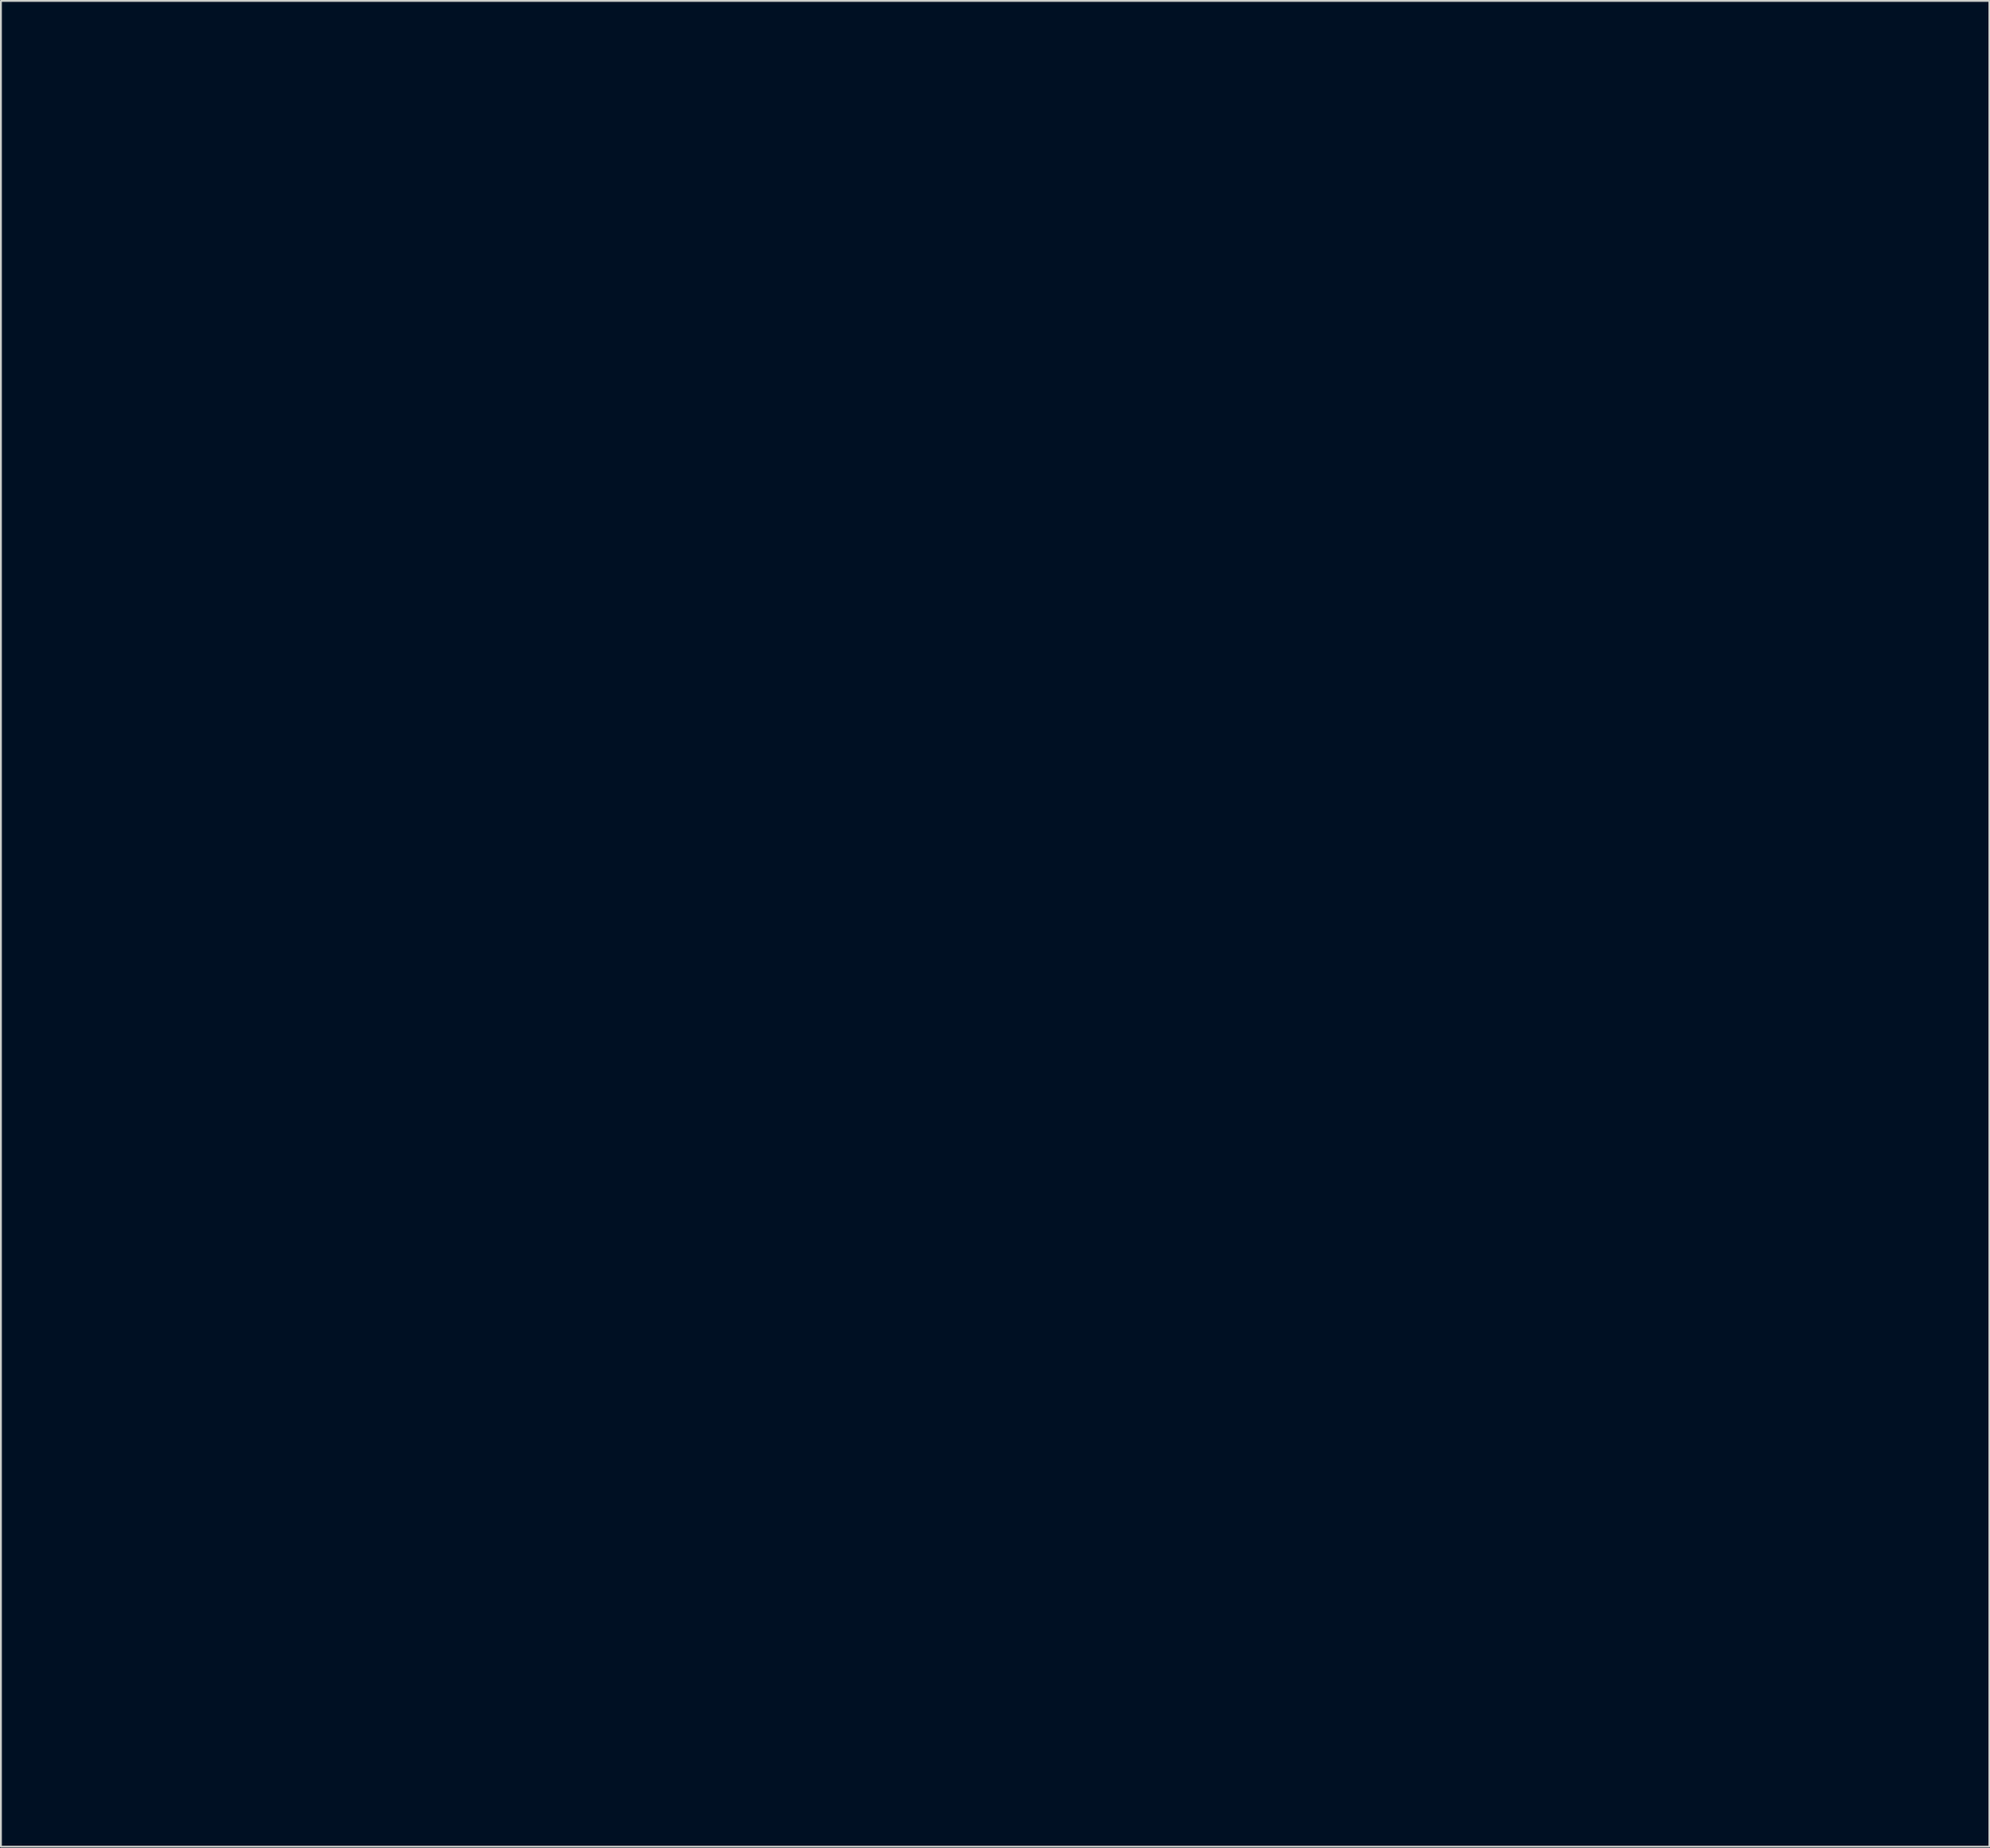
<source format=kicad_pcb>
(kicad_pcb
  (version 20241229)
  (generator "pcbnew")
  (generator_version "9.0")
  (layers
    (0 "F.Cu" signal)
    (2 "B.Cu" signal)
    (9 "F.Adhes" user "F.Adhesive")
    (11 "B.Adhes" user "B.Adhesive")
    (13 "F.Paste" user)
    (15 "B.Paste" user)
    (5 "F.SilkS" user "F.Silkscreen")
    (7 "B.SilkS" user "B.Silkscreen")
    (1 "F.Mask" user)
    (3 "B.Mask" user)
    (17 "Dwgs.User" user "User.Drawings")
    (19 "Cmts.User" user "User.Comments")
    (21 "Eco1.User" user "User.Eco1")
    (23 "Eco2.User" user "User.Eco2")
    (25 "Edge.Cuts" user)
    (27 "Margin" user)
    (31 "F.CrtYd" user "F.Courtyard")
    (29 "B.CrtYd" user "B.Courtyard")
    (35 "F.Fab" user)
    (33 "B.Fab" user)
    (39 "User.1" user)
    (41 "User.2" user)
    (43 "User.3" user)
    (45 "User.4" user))
  (footprint "coppercpvFMask"
    (layer "F.Cu")
    (at 52.254 48.265)
    (property "Reference" "coppercpvFMask" (at 0 0 0) (layer "F.Mask") (effects (font (size 1.524 1.524) (thickness 0.3))))
    (attr through_hole)
    (fp_poly (pts (xy 4.731 -5.606) (xy 4.778 -4.692) (xy 4.791 -4.368) (xy 4.801 -3.947) (xy 4.808 -3.46) (xy 4.812 -2.936) (xy 4.812 -2.406) (xy 4.81 -2.06) (xy 4.794 -0.342) (xy 0.349 -2.892) (xy 0.314 -4.763) (xy 1.839 -4.763) (xy 1.856 -6.001) (xy 1.873 -7.239) (xy 4.731 -5.606)) (stroke (width 0.01) (type solid)) (fill yes) (layer "F.Mask"))
    (fp_poly (pts (xy -27.77 -1.367) (xy -27.43 -1.356) (xy -27.101 -1.339) (xy -26.811 -1.317) (xy -26.586 -1.292) (xy -26.452 -1.264) (xy -26.432 -1.254) (xy -26.383 -1.156) (xy -26.355 -0.984) (xy -26.352 -0.913) (xy -26.352 -0.635) (xy -28.892 -0.635) (xy -28.892 -0.954) (xy -28.885 -1.148) (xy -28.852 -1.256) (xy -28.775 -1.316) (xy -28.722 -1.338) (xy -28.598 -1.359) (xy -28.381 -1.37) (xy -28.096 -1.372) (xy -27.77 -1.367)) (stroke (width 0.01) (type solid)) (fill yes) (layer "F.Mask"))
    (fp_poly (pts (xy -5.525 3.221) (xy -5.526 5.81) (xy -6.305 6.266) (xy -6.592 6.432) (xy -6.843 6.573) (xy -7.036 6.679) (xy -7.15 6.736) (xy -7.167 6.742) (xy -7.235 6.699) (xy -7.345 6.564) (xy -7.482 6.357) (xy -7.55 6.243) (xy -7.849 5.724) (xy -8.942 6.293) (xy -10.035 6.863) (xy -10.001 3.22) (xy -8.001 2.052) (xy -7.533 1.779) (xy -7.09 1.522) (xy -6.687 1.288) (xy -6.339 1.087) (xy -6.058 0.925) (xy -5.86 0.812) (xy -5.763 0.758) (xy -5.524 0.632) (xy -5.525 3.221)) (stroke (width 0.01) (type solid)) (fill yes) (layer "F.Mask"))
    (fp_poly (pts (xy -1.864 -7.433) (xy -1.856 -7.263) (xy -1.849 -7.004) (xy -1.844 -6.673) (xy -1.842 -6.287) (xy -1.841 -6.128) (xy -1.841 -4.763) (xy -0.381 -4.763) (xy -0.381 -3.136) (xy -1.921 -2.242) (xy -2.368 -1.982) (xy -2.82 -1.719) (xy -3.255 -1.467) (xy -3.647 -1.238) (xy -3.973 -1.048) (xy -4.175 -0.93) (xy -4.889 -0.512) (xy -4.889 -5.761) (xy -3.398 -6.627) (xy -3.004 -6.855) (xy -2.647 -7.06) (xy -2.341 -7.235) (xy -2.1 -7.371) (xy -1.94 -7.46) (xy -1.874 -7.493) (xy -1.874 -7.493) (xy -1.864 -7.433)) (stroke (width 0.01) (type solid)) (fill yes) (layer "F.Mask"))
    (fp_poly (pts (xy -21.599 -17.37) (xy -21.523 -17.305) (xy -21.397 -17.154) (xy -21.235 -16.94) (xy -21.054 -16.684) (xy -20.868 -16.411) (xy -20.693 -16.142) (xy -20.545 -15.9) (xy -20.437 -15.709) (xy -20.387 -15.589) (xy -20.384 -15.574) (xy -20.41 -15.439) (xy -20.432 -15.395) (xy -20.512 -15.316) (xy -20.638 -15.219) (xy -20.761 -15.141) (xy -20.826 -15.114) (xy -20.871 -15.165) (xy -20.974 -15.305) (xy -21.125 -15.517) (xy -21.312 -15.787) (xy -21.524 -16.098) (xy -21.539 -16.12) (xy -22.219 -17.125) (xy -21.968 -17.266) (xy -21.784 -17.347) (xy -21.633 -17.375) (xy -21.599 -17.37)) (stroke (width 0.01) (type solid)) (fill yes) (layer "F.Mask"))
    (fp_poly (pts (xy -0.396 -0.623) (xy -0.393 -0.168) (xy -0.392 0.244) (xy -0.394 0.597) (xy -0.399 0.874) (xy -0.405 1.059) (xy -0.414 1.133) (xy -0.414 1.134) (xy -0.488 1.149) (xy -0.663 1.166) (xy -0.914 1.182) (xy -1.215 1.195) (xy -1.245 1.196) (xy -2.041 1.222) (xy -2.026 2.497) (xy -2.012 3.771) (xy -3.245 4.491) (xy -3.611 4.705) (xy -3.95 4.903) (xy -4.243 5.072) (xy -4.47 5.204) (xy -4.614 5.286) (xy -4.646 5.303) (xy -4.815 5.395) (xy -4.856 4.936) (xy -4.865 4.76) (xy -4.872 4.476) (xy -4.878 4.104) (xy -4.881 3.663) (xy -4.881 3.172) (xy -4.879 2.65) (xy -4.877 2.358) (xy -4.858 0.239) (xy -0.413 -2.345) (xy -0.396 -0.623)) (stroke (width 0.01) (type solid)) (fill yes) (layer "F.Mask"))
    (fp_poly (pts (xy 0.429 -2.062) (xy 0.591 -1.974) (xy 0.838 -1.836) (xy 1.16 -1.655) (xy 1.543 -1.437) (xy 1.977 -1.19) (xy 2.448 -0.92) (xy 2.603 -0.83) (xy 4.794 0.43) (xy 4.811 2.977) (xy 4.813 3.532) (xy 4.813 4.044) (xy 4.811 4.502) (xy 4.807 4.891) (xy 4.801 5.197) (xy 4.793 5.409) (xy 4.783 5.511) (xy 4.779 5.519) (xy 4.713 5.487) (xy 4.553 5.399) (xy 4.314 5.265) (xy 4.011 5.092) (xy 3.659 4.89) (xy 3.35 4.71) (xy 1.968 3.907) (xy 1.968 1.143) (xy 0.318 1.143) (xy 0.318 -0.476) (xy 0.319 -0.915) (xy 0.324 -1.308) (xy 0.332 -1.639) (xy 0.342 -1.891) (xy 0.354 -2.048) (xy 0.365 -2.093) (xy 0.429 -2.062)) (stroke (width 0.01) (type solid)) (fill yes) (layer "F.Mask"))
    (fp_poly (pts (xy 11.639 -23.651) (xy 11.773 -23.542) (xy 11.884 -23.418) (xy 11.937 -23.307) (xy 11.938 -23.295) (xy 11.906 -23.192) (xy 11.818 -23.009) (xy 11.689 -22.769) (xy 11.533 -22.496) (xy 11.363 -22.212) (xy 11.194 -21.942) (xy 11.04 -21.709) (xy 10.915 -21.535) (xy 10.833 -21.445) (xy 10.822 -21.438) (xy 10.727 -21.409) (xy 10.641 -21.416) (xy 10.513 -21.469) (xy 10.43 -21.51) (xy 10.294 -21.59) (xy 10.226 -21.653) (xy 10.223 -21.661) (xy 10.254 -21.727) (xy 10.339 -21.88) (xy 10.464 -22.099) (xy 10.618 -22.364) (xy 10.787 -22.652) (xy 10.96 -22.942) (xy 11.123 -23.214) (xy 11.265 -23.447) (xy 11.373 -23.618) (xy 11.433 -23.707) (xy 11.436 -23.711) (xy 11.515 -23.717) (xy 11.639 -23.651)) (stroke (width 0.01) (type solid)) (fill yes) (layer "F.Mask"))
    (fp_poly (pts (xy 14.83 -21.629) (xy 14.957 -21.563) (xy 15.014 -21.529) (xy 15.176 -21.4) (xy 15.237 -21.264) (xy 15.24 -21.222) (xy 15.207 -21.106) (xy 15.115 -20.902) (xy 14.973 -20.629) (xy 14.791 -20.306) (xy 14.697 -20.147) (xy 14.494 -19.81) (xy 14.341 -19.568) (xy 14.228 -19.406) (xy 14.142 -19.307) (xy 14.07 -19.258) (xy 14.002 -19.243) (xy 13.983 -19.243) (xy 13.799 -19.276) (xy 13.635 -19.341) (xy 13.52 -19.42) (xy 13.481 -19.479) (xy 13.482 -19.482) (xy 13.524 -19.554) (xy 13.617 -19.712) (xy 13.749 -19.935) (xy 13.909 -20.204) (xy 14.084 -20.498) (xy 14.261 -20.795) (xy 14.429 -21.077) (xy 14.576 -21.323) (xy 14.689 -21.512) (xy 14.757 -21.623) (xy 14.77 -21.645) (xy 14.83 -21.629)) (stroke (width 0.01) (type solid)) (fill yes) (layer "F.Mask"))
    (fp_poly (pts (xy -13.101 -22.216) (xy -13.095 -22.209) (xy -13.049 -22.139) (xy -12.942 -21.974) (xy -12.784 -21.724) (xy -12.582 -21.402) (xy -12.342 -21.021) (xy -12.074 -20.592) (xy -11.784 -20.127) (xy -11.691 -19.977) (xy -11.298 -19.342) (xy -10.975 -18.811) (xy -10.721 -18.381) (xy -10.533 -18.05) (xy -10.412 -17.815) (xy -10.355 -17.676) (xy -10.351 -17.647) (xy -10.404 -17.47) (xy -10.539 -17.341) (xy -10.717 -17.277) (xy -10.898 -17.294) (xy -11.003 -17.362) (xy -11.078 -17.458) (xy -11.206 -17.645) (xy -11.379 -17.909) (xy -11.587 -18.236) (xy -11.823 -18.612) (xy -12.077 -19.022) (xy -12.341 -19.452) (xy -12.606 -19.889) (xy -12.864 -20.318) (xy -13.106 -20.724) (xy -13.324 -21.094) (xy -13.509 -21.414) (xy -13.652 -21.669) (xy -13.745 -21.846) (xy -13.779 -21.929) (xy -13.78 -21.93) (xy -13.726 -22.086) (xy -13.592 -22.209) (xy -13.416 -22.282) (xy -13.24 -22.29) (xy -13.101 -22.216)) (stroke (width 0.01) (type solid)) (fill yes) (layer "F.Mask"))
    (fp_poly (pts (xy 5.635 0.912) (xy 5.752 0.976) (xy 5.957 1.091) (xy 6.235 1.249) (xy 6.572 1.441) (xy 6.952 1.659) (xy 7.363 1.894) (xy 7.788 2.139) (xy 8.213 2.384) (xy 8.625 2.622) (xy 9.008 2.844) (xy 9.347 3.042) (xy 9.629 3.206) (xy 9.838 3.33) (xy 9.961 3.404) (xy 9.986 3.421) (xy 9.999 3.495) (xy 10.009 3.679) (xy 10.016 3.955) (xy 10.02 4.306) (xy 10.021 4.715) (xy 10.018 5.127) (xy 10.001 6.785) (xy 8.973 6.191) (xy 8.578 5.966) (xy 8.28 5.806) (xy 8.071 5.707) (xy 7.943 5.664) (xy 7.888 5.672) (xy 7.833 5.757) (xy 7.734 5.925) (xy 7.605 6.148) (xy 7.519 6.302) (xy 7.382 6.536) (xy 7.262 6.72) (xy 7.175 6.832) (xy 7.144 6.855) (xy 7.069 6.824) (xy 6.906 6.739) (xy 6.677 6.612) (xy 6.402 6.455) (xy 6.287 6.388) (xy 5.493 5.922) (xy 5.476 3.372) (xy 5.46 0.821) (xy 5.635 0.912)) (stroke (width 0.01) (type solid)) (fill yes) (layer "F.Mask"))
    (fp_poly (pts (xy -1.981 4.923) (xy -1.962 5.271) (xy -1.378 5.27) (xy -1.133 5.268) (xy -0.79 5.263) (xy -0.382 5.254) (xy 0.064 5.243) (xy 0.517 5.231) (xy 0.587 5.228) (xy 1.968 5.187) (xy 1.968 5.006) (xy 1.98 4.877) (xy 2.005 4.826) (xy 2.068 4.856) (xy 2.22 4.939) (xy 2.441 5.062) (xy 2.71 5.214) (xy 3.006 5.382) (xy 3.309 5.556) (xy 3.598 5.724) (xy 3.853 5.873) (xy 4.052 5.991) (xy 4.176 6.068) (xy 4.206 6.089) (xy 4.163 6.128) (xy 4.022 6.223) (xy 3.798 6.365) (xy 3.504 6.547) (xy 3.152 6.761) (xy 2.755 6.998) (xy 2.328 7.252) (xy 1.882 7.514) (xy 1.432 7.777) (xy 0.99 8.032) (xy 0.57 8.272) (xy 0.194 8.483) (xy -0.159 8.68) (xy -2.349 7.419) (xy -2.829 7.141) (xy -3.274 6.883) (xy -3.671 6.65) (xy -4.009 6.45) (xy -4.275 6.29) (xy -4.459 6.177) (xy -4.548 6.117) (xy -4.555 6.111) (xy -4.506 6.067) (xy -4.363 5.97) (xy -4.139 5.829) (xy -3.85 5.653) (xy -3.511 5.452) (xy -3.285 5.32) (xy -2 4.576) (xy -1.981 4.923)) (stroke (width 0.01) (type solid)) (fill yes) (layer "F.Mask"))
    (fp_poly (pts (xy -3.064 7.774) (xy -2.582 8.051) (xy -2.138 8.31) (xy -1.744 8.545) (xy -1.41 8.746) (xy -1.149 8.909) (xy -0.971 9.027) (xy -0.888 9.091) (xy -0.884 9.1) (xy -0.95 9.144) (xy -1.11 9.241) (xy -1.35 9.385) (xy -1.657 9.567) (xy -2.016 9.777) (xy -2.412 10.009) (xy -2.832 10.254) (xy -3.26 10.504) (xy -3.684 10.749) (xy -4.088 10.983) (xy -4.459 11.196) (xy -4.781 11.381) (xy -5.042 11.529) (xy -5.226 11.631) (xy -5.319 11.68) (xy -5.327 11.683) (xy -5.39 11.652) (xy -5.549 11.566) (xy -5.788 11.433) (xy -6.093 11.262) (xy -6.449 11.059) (xy -6.842 10.835) (xy -6.847 10.831) (xy -8.329 9.981) (xy -7.246 9.42) (xy -6.909 9.242) (xy -6.615 9.082) (xy -6.381 8.949) (xy -6.224 8.852) (xy -6.161 8.802) (xy -6.161 8.8) (xy -6.19 8.724) (xy -6.269 8.563) (xy -6.386 8.341) (xy -6.509 8.117) (xy -6.648 7.863) (xy -6.761 7.649) (xy -6.835 7.5) (xy -6.858 7.442) (xy -6.806 7.395) (xy -6.663 7.298) (xy -6.448 7.164) (xy -6.182 7.006) (xy -6.076 6.946) (xy -5.293 6.498) (xy -3.064 7.774)) (stroke (width 0.01) (type solid)) (fill yes) (layer "F.Mask"))
    (fp_poly (pts (xy 5.016 6.57) (xy 5.174 6.651) (xy 5.396 6.769) (xy 5.656 6.912) (xy 5.933 7.066) (xy 6.202 7.218) (xy 6.439 7.355) (xy 6.622 7.465) (xy 6.727 7.533) (xy 6.741 7.544) (xy 6.729 7.614) (xy 6.663 7.767) (xy 6.555 7.978) (xy 6.471 8.128) (xy 6.338 8.365) (xy 6.234 8.563) (xy 6.172 8.695) (xy 6.161 8.731) (xy 6.215 8.782) (xy 6.361 8.882) (xy 6.583 9.021) (xy 6.861 9.186) (xy 7.114 9.331) (xy 7.425 9.508) (xy 7.693 9.665) (xy 7.9 9.79) (xy 8.029 9.873) (xy 8.064 9.902) (xy 8.012 9.941) (xy 7.867 10.032) (xy 7.647 10.166) (xy 7.369 10.333) (xy 7.051 10.523) (xy 6.71 10.724) (xy 6.364 10.927) (xy 6.03 11.121) (xy 5.725 11.297) (xy 5.467 11.443) (xy 5.273 11.55) (xy 5.244 11.566) (xy 5.048 11.669) (xy 2.812 10.391) (xy 2.328 10.113) (xy 1.879 9.854) (xy 1.478 9.621) (xy 1.136 9.421) (xy 0.865 9.26) (xy 0.677 9.146) (xy 0.583 9.086) (xy 0.574 9.078) (xy 0.626 9.039) (xy 0.774 8.945) (xy 1.004 8.805) (xy 1.302 8.628) (xy 1.652 8.42) (xy 2.042 8.191) (xy 2.455 7.95) (xy 2.88 7.703) (xy 3.3 7.46) (xy 3.702 7.229) (xy 4.071 7.018) (xy 4.393 6.836) (xy 4.654 6.69) (xy 4.839 6.59) (xy 4.935 6.543) (xy 4.943 6.54) (xy 5.016 6.57)) (stroke (width 0.01) (type solid)) (fill yes) (layer "F.Mask"))
    (fp_poly (pts (xy -14.756 -45.945) (xy -14.269 -45.685) (xy -13.685 -45.367) (xy -13.013 -44.997) (xy -12.265 -44.582) (xy -11.454 -44.127) (xy -10.589 -43.638) (xy -9.682 -43.123) (xy -9.112 -42.797) (xy -8.639 -42.526) (xy -8.185 -42.267) (xy -7.766 -42.027) (xy -7.397 -41.816) (xy -7.095 -41.643) (xy -6.875 -41.518) (xy -6.77 -41.457) (xy -6.395 -41.243) (xy -6.445 -31.02) (xy -6.451 -29.87) (xy -6.457 -28.743) (xy -6.463 -27.647) (xy -6.47 -26.588) (xy -6.476 -25.575) (xy -6.483 -24.616) (xy -6.49 -23.717) (xy -6.496 -22.887) (xy -6.503 -22.134) (xy -6.509 -21.465) (xy -6.515 -20.888) (xy -6.521 -20.41) (xy -6.526 -20.039) (xy -6.531 -19.784) (xy -6.533 -19.693) (xy -6.572 -18.59) (xy -9.779 -16.75) (xy -11.248 -15.908) (xy -12.615 -15.126) (xy -13.881 -14.402) (xy -15.045 -13.739) (xy -16.106 -13.136) (xy -17.063 -12.593) (xy -17.917 -12.111) (xy -18.665 -11.691) (xy -19.308 -11.333) (xy -19.844 -11.036) (xy -20.274 -10.803) (xy -20.596 -10.632) (xy -20.81 -10.524) (xy -20.915 -10.48) (xy -20.922 -10.479) (xy -20.998 -10.507) (xy -21.165 -10.586) (xy -21.403 -10.703) (xy -21.69 -10.851) (xy -21.876 -10.947) (xy -22.177 -11.11) (xy -22.434 -11.255) (xy -22.626 -11.371) (xy -22.736 -11.448) (xy -22.754 -11.47) (xy -22.721 -11.541) (xy -22.637 -11.702) (xy -22.513 -11.932) (xy -22.361 -12.21) (xy -22.193 -12.515) (xy -22.019 -12.827) (xy -21.852 -13.124) (xy -21.745 -13.311) (xy -21.594 -13.573) (xy -23.037 -14.338) (xy -23.501 -14.585) (xy -23.996 -14.848) (xy -24.488 -15.109) (xy -24.946 -15.353) (xy -25.338 -15.562) (xy -25.475 -15.635) (xy -26.47 -16.166) (xy -25.125 -16.954) (xy -24.6 -17.262) (xy -23.164 -17.262) (xy -23.126 -17.201) (xy -23.024 -17.044) (xy -22.864 -16.801) (xy -22.653 -16.483) (xy -22.398 -16.099) (xy -22.105 -15.66) (xy -21.781 -15.174) (xy -21.432 -14.653) (xy -21.272 -14.414) (xy -20.817 -13.737) (xy -20.427 -13.163) (xy -20.1 -12.686) (xy -19.831 -12.303) (xy -19.619 -12.01) (xy -19.46 -11.801) (xy -19.351 -11.674) (xy -19.289 -11.622) (xy -19.282 -11.621) (xy -19.154 -11.655) (xy -18.992 -11.741) (xy -18.965 -11.759) (xy -18.831 -11.851) (xy -18.751 -11.907) (xy -18.744 -11.911) (xy -18.772 -11.966) (xy -18.861 -12.111) (xy -19.003 -12.333) (xy -19.188 -12.617) (xy -19.406 -12.948) (xy -19.581 -13.212) (xy -20.439 -14.497) (xy -20.205 -14.669) (xy -19.907 -14.925) (xy -19.727 -15.18) (xy -19.656 -15.452) (xy -19.686 -15.757) (xy -19.691 -15.776) (xy -19.752 -15.927) (xy -19.875 -16.155) (xy -20.042 -16.437) (xy -20.24 -16.75) (xy -20.453 -17.072) (xy -20.666 -17.38) (xy -20.864 -17.65) (xy -21.03 -17.861) (xy -21.151 -17.988) (xy -21.166 -17.999) (xy -21.384 -18.099) (xy -21.654 -18.125) (xy -21.804 -18.114) (xy -21.946 -18.079) (xy -22.107 -18.006) (xy -22.318 -17.882) (xy -22.572 -17.718) (xy -22.811 -17.555) (xy -23.003 -17.414) (xy -23.127 -17.311) (xy -23.164 -17.262) (xy -24.6 -17.262) (xy -24.137 -17.534) (xy -23.248 -18.055) (xy -22.448 -18.524) (xy -21.727 -18.945) (xy -21.076 -19.326) (xy -20.941 -19.406) (xy -19.233 -19.406) (xy -19.196 -19.302) (xy -19.113 -19.145) (xy -19.022 -18.983) (xy -18.957 -18.88) (xy -18.939 -18.86) (xy -18.88 -18.891) (xy -18.742 -18.974) (xy -18.551 -19.093) (xy -18.506 -19.121) (xy -18.308 -19.242) (xy -18.156 -19.327) (xy -18.078 -19.36) (xy -18.073 -19.359) (xy -18.037 -19.302) (xy -17.94 -19.148) (xy -17.79 -18.907) (xy -17.592 -18.589) (xy -17.354 -18.206) (xy -17.081 -17.768) (xy -16.781 -17.286) (xy -16.46 -16.769) (xy -16.447 -16.748) (xy -16.124 -16.231) (xy -15.819 -15.748) (xy -15.541 -15.31) (xy -15.295 -14.927) (xy -15.087 -14.61) (xy -14.926 -14.37) (xy -14.818 -14.217) (xy -14.769 -14.161) (xy -14.768 -14.161) (xy -14.677 -14.194) (xy -14.528 -14.278) (xy -14.456 -14.325) (xy -14.319 -14.438) (xy -14.247 -14.535) (xy -14.244 -14.567) (xy -14.283 -14.635) (xy -14.382 -14.8) (xy -14.535 -15.051) (xy -14.735 -15.376) (xy -14.975 -15.764) (xy -15.247 -16.204) (xy -15.546 -16.686) (xy -15.815 -17.117) (xy -16.131 -17.626) (xy -16.426 -18.104) (xy -16.694 -18.54) (xy -16.928 -18.922) (xy -17.12 -19.24) (xy -17.265 -19.482) (xy -17.354 -19.638) (xy -17.382 -19.693) (xy -17.349 -19.789) (xy -17.204 -19.925) (xy -17.039 -20.043) (xy -16.669 -20.29) (xy -16.676 -20.657) (xy -16.685 -20.86) (xy -16.701 -21.006) (xy -16.716 -21.055) (xy -16.776 -21.033) (xy -16.925 -20.953) (xy -17.143 -20.827) (xy -17.411 -20.667) (xy -17.712 -20.485) (xy -18.025 -20.29) (xy -18.334 -20.096) (xy -18.618 -19.914) (xy -18.86 -19.756) (xy -19.04 -19.632) (xy -19.141 -19.554) (xy -19.144 -19.552) (xy -19.215 -19.476) (xy -19.233 -19.406) (xy -20.941 -19.406) (xy -20.484 -19.672) (xy -19.942 -19.989) (xy -19.438 -20.283) (xy -18.963 -20.559) (xy -18.508 -20.824) (xy -18.061 -21.083) (xy -17.614 -21.342) (xy -17.272 -21.54) (xy -16.844 -21.789) (xy -14.557 -21.789) (xy -14.536 -21.695) (xy -14.491 -21.597) (xy -14.385 -21.404) (xy -14.226 -21.128) (xy -14.021 -20.781) (xy -13.777 -20.375) (xy -13.502 -19.923) (xy -13.202 -19.436) (xy -13.001 -19.113) (xy -12.634 -18.526) (xy -12.326 -18.037) (xy -12.072 -17.639) (xy -11.864 -17.322) (xy -11.697 -17.076) (xy -11.565 -16.893) (xy -11.46 -16.764) (xy -11.378 -16.678) (xy -11.311 -16.628) (xy -11.303 -16.624) (xy -11.009 -16.53) (xy -10.682 -16.555) (xy -10.316 -16.699) (xy -10.173 -16.781) (xy -9.884 -17.002) (xy -9.669 -17.253) (xy -9.548 -17.51) (xy -9.527 -17.653) (xy -9.534 -17.736) (xy -9.561 -17.837) (xy -9.613 -17.968) (xy -9.694 -18.137) (xy -9.811 -18.353) (xy -9.969 -18.627) (xy -10.173 -18.968) (xy -10.428 -19.385) (xy -10.74 -19.889) (xy -11.115 -20.488) (xy -11.188 -20.604) (xy -11.568 -21.206) (xy -11.887 -21.706) (xy -12.152 -22.109) (xy -12.365 -22.423) (xy -12.532 -22.655) (xy -12.657 -22.811) (xy -12.745 -22.898) (xy -12.757 -22.906) (xy -13.043 -23.031) (xy -13.355 -23.036) (xy -13.697 -22.921) (xy -13.81 -22.861) (xy -14.179 -22.611) (xy -14.425 -22.352) (xy -14.55 -22.08) (xy -14.557 -21.789) (xy -16.844 -21.789) (xy -16.784 -21.824) (xy -16.324 -22.095) (xy -15.906 -22.345) (xy -15.543 -22.566) (xy -15.247 -22.75) (xy -15.032 -22.889) (xy -14.912 -22.974) (xy -14.897 -22.987) (xy -14.736 -23.219) (xy -14.663 -23.474) (xy -14.656 -23.579) (xy -14.647 -23.803) (xy -14.639 -24.136) (xy -14.63 -24.568) (xy -14.621 -25.092) (xy -14.612 -25.697) (xy -14.603 -26.375) (xy -14.594 -27.117) (xy -14.586 -27.913) (xy -14.578 -28.756) (xy -14.571 -29.635) (xy -14.567 -30.165) (xy -14.521 -36.548) (xy -14.826 -36.809) (xy -14.927 -36.891) (xy -15.055 -36.986) (xy -15.217 -37.099) (xy -15.421 -37.234) (xy -15.674 -37.395) (xy -15.981 -37.587) (xy -16.352 -37.814) (xy -16.792 -38.08) (xy -17.308 -38.39) (xy -17.908 -38.747) (xy -18.598 -39.157) (xy -19.386 -39.624) (xy -20.032 -40.005) (xy -20.605 -40.344) (xy -21.148 -40.665) (xy -21.651 -40.963) (xy -22.103 -41.231) (xy -22.494 -41.464) (xy -22.814 -41.655) (xy -23.052 -41.797) (xy -23.198 -41.886) (xy -23.238 -41.911) (xy -23.273 -41.94) (xy -23.285 -41.972) (xy -23.263 -42.014) (xy -23.199 -42.074) (xy -23.082 -42.157) (xy -22.901 -42.272) (xy -22.647 -42.425) (xy -22.31 -42.623) (xy -21.879 -42.872) (xy -21.548 -43.063) (xy -20.741 -43.527) (xy -19.966 -43.97) (xy -19.23 -44.388) (xy -18.545 -44.775) (xy -17.919 -45.127) (xy -17.362 -45.437) (xy -16.883 -45.7) (xy -16.491 -45.911) (xy -16.196 -46.066) (xy -16.114 -46.107) (xy -15.574 -46.375) (xy -14.756 -45.945)) (stroke (width 0.01) (type solid)) (fill yes) (layer "F.Mask"))
    (fp_poly (pts (xy -29.578 -9.602) (xy -29.421 -9.522) (xy -29.176 -9.395) (xy -28.855 -9.227) (xy -28.469 -9.024) (xy -28.031 -8.792) (xy -27.552 -8.538) (xy -27.372 -8.442) (xy -25.12 -7.245) (xy -24.778 -7.861) (xy -24.559 -8.253) (xy -24.393 -8.547) (xy -24.272 -8.756) (xy -24.188 -8.894) (xy -24.132 -8.974) (xy -24.097 -9.009) (xy -24.08 -9.015) (xy -24.012 -8.984) (xy -23.853 -8.902) (xy -23.623 -8.777) (xy -23.342 -8.622) (xy -23.146 -8.512) (xy -22.257 -8.011) (xy -22.264 -7.387) (xy -22.266 -7.243) (xy -22.268 -6.98) (xy -22.271 -6.608) (xy -22.274 -6.135) (xy -22.278 -5.57) (xy -22.283 -4.921) (xy -22.288 -4.197) (xy -22.293 -3.408) (xy -22.299 -2.561) (xy -22.305 -1.665) (xy -22.312 -0.73) (xy -22.318 0.237) (xy -22.321 0.748) (xy -22.371 8.259) (xy -30.696 13.011) (xy -31.665 13.564) (xy -32.617 14.107) (xy -33.543 14.635) (xy -34.437 15.145) (xy -35.292 15.632) (xy -36.101 16.093) (xy -36.856 16.524) (xy -37.551 16.92) (xy -38.179 17.278) (xy -38.732 17.592) (xy -39.204 17.861) (xy -39.587 18.078) (xy -39.874 18.242) (xy -40.059 18.346) (xy -40.069 18.351) (xy -40.412 18.545) (xy -40.73 18.724) (xy -41 18.878) (xy -41.201 18.993) (xy -41.309 19.055) (xy -41.501 19.17) (xy -42.452 18.673) (xy -42.764 18.508) (xy -43.119 18.318) (xy -43.524 18.098) (xy -43.986 17.844) (xy -44.513 17.553) (xy -45.112 17.22) (xy -45.791 16.841) (xy -46.556 16.411) (xy -47.416 15.928) (xy -48.378 15.386) (xy -48.528 15.301) (xy -50.606 14.13) (xy -50.578 12.573) (xy -50.571 12.136) (xy -50.561 11.598) (xy -50.551 10.989) (xy -50.54 10.334) (xy -50.529 9.663) (xy -50.518 9.001) (xy -50.51 8.511) (xy -50.5 7.956) (xy -50.488 7.438) (xy -50.476 6.971) (xy -50.464 6.57) (xy -50.452 6.25) (xy -50.441 6.024) (xy -50.43 5.907) (xy -50.428 5.896) (xy -50.416 5.875) (xy -50.392 5.864) (xy -50.35 5.866) (xy -50.282 5.886) (xy -50.181 5.927) (xy -50.039 5.993) (xy -49.85 6.087) (xy -49.605 6.214) (xy -49.298 6.376) (xy -48.92 6.579) (xy -48.466 6.826) (xy -47.927 7.12) (xy -47.296 7.465) (xy -46.566 7.865) (xy -46.038 8.155) (xy -45.151 8.638) (xy -44.369 9.055) (xy -43.691 9.406) (xy -43.114 9.694) (xy -42.636 9.919) (xy -42.254 10.083) (xy -41.967 10.185) (xy -41.925 10.198) (xy -41.719 10.251) (xy -41.566 10.271) (xy -41.416 10.256) (xy -41.217 10.204) (xy -41.105 10.171) (xy -40.815 10.069) (xy -40.452 9.916) (xy -40.012 9.71) (xy -39.49 9.449) (xy -38.883 9.131) (xy -38.186 8.754) (xy -37.396 8.316) (xy -36.509 7.813) (xy -35.52 7.245) (xy -35.179 7.048) (xy -34.318 6.548) (xy -33.56 6.105) (xy -32.899 5.716) (xy -32.329 5.376) (xy -31.841 5.08) (xy -31.431 4.823) (xy -31.089 4.602) (xy -30.811 4.412) (xy -30.588 4.248) (xy -30.414 4.106) (xy -30.282 3.981) (xy -30.272 3.969) (xy -29.813 3.969) (xy -29.802 4.247) (xy -29.764 4.447) (xy -29.687 4.616) (xy -29.67 4.644) (xy -29.608 4.741) (xy -29.548 4.823) (xy -29.478 4.891) (xy -29.386 4.945) (xy -29.262 4.987) (xy -29.095 5.02) (xy -28.873 5.043) (xy -28.584 5.059) (xy -28.218 5.07) (xy -27.763 5.075) (xy -27.209 5.078) (xy -26.543 5.078) (xy -26.235 5.079) (xy -25.545 5.078) (xy -24.97 5.077) (xy -24.5 5.074) (xy -24.123 5.07) (xy -23.828 5.063) (xy -23.603 5.053) (xy -23.438 5.04) (xy -23.322 5.024) (xy -23.243 5.004) (xy -23.189 4.98) (xy -23.187 4.979) (xy -22.976 4.816) (xy -22.84 4.609) (xy -22.766 4.33) (xy -22.743 4.087) (xy -22.755 3.688) (xy -22.84 3.382) (xy -23.003 3.156) (xy -23.137 3.055) (xy -23.234 3.006) (xy -23.357 2.971) (xy -23.528 2.946) (xy -23.77 2.928) (xy -24.106 2.916) (xy -24.305 2.911) (xy -24.639 2.906) (xy -24.923 2.906) (xy -25.136 2.912) (xy -25.255 2.923) (xy -25.273 2.931) (xy -25.243 3.054) (xy -25.167 3.225) (xy -25.071 3.4) (xy -24.978 3.533) (xy -24.925 3.579) (xy -24.817 3.597) (xy -24.616 3.611) (xy -24.358 3.618) (xy -24.22 3.619) (xy -23.929 3.623) (xy -23.736 3.637) (xy -23.611 3.668) (xy -23.525 3.719) (xy -23.495 3.747) (xy -23.387 3.899) (xy -23.393 4.047) (xy -23.513 4.215) (xy -23.534 4.235) (xy -23.699 4.401) (xy -24.941 4.36) (xy -25.419 4.346) (xy -25.975 4.334) (xy -26.562 4.325) (xy -27.131 4.32) (xy -27.565 4.318) (xy -28.053 4.317) (xy -28.43 4.31) (xy -28.708 4.296) (xy -28.904 4.27) (xy -29.031 4.23) (xy -29.104 4.171) (xy -29.137 4.092) (xy -29.146 3.988) (xy -29.146 3.969) (xy -29.133 3.839) (xy -29.082 3.745) (xy -28.976 3.682) (xy -28.797 3.644) (xy -28.528 3.625) (xy -28.152 3.62) (xy -28.094 3.619) (xy -27.782 3.617) (xy -27.521 3.611) (xy -27.334 3.601) (xy -27.246 3.589) (xy -27.241 3.586) (xy -27.268 3.515) (xy -27.336 3.368) (xy -27.397 3.245) (xy -27.484 3.088) (xy -27.574 2.981) (xy -27.692 2.914) (xy -27.864 2.877) (xy -28.114 2.862) (xy -28.444 2.858) (xy -28.908 2.883) (xy -29.265 2.965) (xy -29.524 3.111) (xy -29.695 3.329) (xy -29.788 3.628) (xy -29.813 3.969) (xy -30.272 3.969) (xy -30.186 3.869) (xy -30.118 3.765) (xy -30.088 3.704) (xy -30.059 3.626) (xy -30.033 3.522) (xy -30.009 3.384) (xy -29.987 3.206) (xy -29.966 2.981) (xy -29.946 2.702) (xy -29.927 2.364) (xy -29.909 1.959) (xy -29.891 1.48) (xy -29.873 0.921) (xy -29.854 0.276) (xy -29.849 0.062) (xy -29.653 0.062) (xy -27.86 0.079) (xy -27.27 0.085) (xy -26.607 0.092) (xy -25.917 0.098) (xy -25.243 0.104) (xy -24.631 0.11) (xy -24.368 0.112) (xy -22.669 0.127) (xy -22.669 -0.635) (xy -25.654 -0.635) (xy -25.654 -0.868) (xy -25.65 -1.011) (xy -25.629 -1.121) (xy -25.575 -1.203) (xy -25.474 -1.261) (xy -25.312 -1.298) (xy -25.074 -1.32) (xy -24.746 -1.33) (xy -24.312 -1.333) (xy -24.057 -1.333) (xy -22.669 -1.333) (xy -22.669 -2.095) (xy -24.146 -2.095) (xy -24.644 -2.093) (xy -25.031 -2.088) (xy -25.322 -2.078) (xy -25.534 -2.063) (xy -25.68 -2.041) (xy -25.778 -2.012) (xy -25.803 -2) (xy -25.942 -1.942) (xy -26.042 -1.954) (xy -26.119 -2.001) (xy -26.187 -2.033) (xy -26.299 -2.058) (xy -26.47 -2.075) (xy -26.715 -2.087) (xy -27.052 -2.093) (xy -27.495 -2.095) (xy -27.621 -2.095) (xy -28.165 -2.093) (xy -28.596 -2.079) (xy -28.928 -2.044) (xy -29.174 -1.978) (xy -29.348 -1.873) (xy -29.465 -1.718) (xy -29.537 -1.503) (xy -29.58 -1.22) (xy -29.606 -0.858) (xy -29.613 -0.715) (xy -29.653 0.062) (xy -29.849 0.062) (xy -29.835 -0.463) (xy -29.816 -1.301) (xy -29.795 -2.246) (xy -29.773 -3.305) (xy -29.749 -4.483) (xy -29.747 -4.57) (xy -29.743 -4.814) (xy -29.596 -4.814) (xy -29.579 -4.713) (xy -29.562 -4.699) (xy -29.495 -4.712) (xy -29.319 -4.747) (xy -29.05 -4.803) (xy -28.703 -4.875) (xy -28.294 -4.961) (xy -27.838 -5.057) (xy -27.673 -5.092) (xy -25.813 -5.484) (xy -24.258 -5.52) (xy -22.702 -5.556) (xy -22.647 -5.861) (xy -22.622 -6.047) (xy -22.623 -6.177) (xy -22.634 -6.209) (xy -22.707 -6.222) (xy -22.889 -6.237) (xy -23.164 -6.252) (xy -23.512 -6.266) (xy -23.917 -6.28) (xy -24.277 -6.289) (xy -25.876 -6.326) (xy -27.653 -6.719) (xy -28.113 -6.82) (xy -28.534 -6.912) (xy -28.9 -6.99) (xy -29.195 -7.052) (xy -29.402 -7.093) (xy -29.504 -7.112) (xy -29.511 -7.112) (xy -29.56 -7.057) (xy -29.586 -6.92) (xy -29.591 -6.744) (xy -29.572 -6.574) (xy -29.531 -6.451) (xy -29.512 -6.428) (xy -29.427 -6.397) (xy -29.237 -6.35) (xy -28.964 -6.292) (xy -28.627 -6.226) (xy -28.247 -6.157) (xy -28.21 -6.15) (xy -27.834 -6.083) (xy -27.505 -6.022) (xy -27.242 -5.969) (xy -27.063 -5.93) (xy -26.989 -5.907) (xy -26.988 -5.905) (xy -27.047 -5.885) (xy -27.213 -5.848) (xy -27.466 -5.799) (xy -27.787 -5.74) (xy -28.157 -5.676) (xy -28.202 -5.668) (xy -28.584 -5.601) (xy -28.925 -5.536) (xy -29.206 -5.476) (xy -29.405 -5.427) (xy -29.501 -5.393) (xy -29.503 -5.391) (xy -29.544 -5.307) (xy -29.575 -5.154) (xy -29.594 -4.975) (xy -29.596 -4.814) (xy -29.743 -4.814) (xy -29.732 -5.359) (xy -29.716 -6.11) (xy -29.702 -6.813) (xy -29.688 -7.461) (xy -29.675 -8.042) (xy -29.664 -8.547) (xy -29.654 -8.967) (xy -29.646 -9.292) (xy -29.64 -9.513) (xy -29.636 -9.62) (xy -29.635 -9.628) (xy -29.578 -9.602)) (stroke (width 0.01) (type solid)) (fill yes) (layer "F.Mask"))
    (fp_poly (pts (xy 29.503 -9.949) (xy 29.513 -9.761) (xy 29.527 -9.457) (xy 29.544 -9.045) (xy 29.565 -8.531) (xy 29.588 -7.92) (xy 29.615 -7.219) (xy 29.644 -6.433) (xy 29.675 -5.57) (xy 29.708 -4.635) (xy 29.744 -3.634) (xy 29.781 -2.573) (xy 29.781 -2.572) (xy 29.818 -1.517) (xy 29.852 -0.582) (xy 29.885 0.242) (xy 29.916 0.962) (xy 29.946 1.585) (xy 29.976 2.121) (xy 30.005 2.575) (xy 30.036 2.956) (xy 30.068 3.272) (xy 30.101 3.531) (xy 30.137 3.739) (xy 30.176 3.905) (xy 30.218 4.036) (xy 30.264 4.14) (xy 30.378 4.276) (xy 30.607 4.466) (xy 30.95 4.71) (xy 31.407 5.008) (xy 31.979 5.36) (xy 32.385 5.602) (xy 32.989 5.952) (xy 33.648 6.325) (xy 34.347 6.714) (xy 35.076 7.112) (xy 35.819 7.512) (xy 36.566 7.907) (xy 37.302 8.292) (xy 38.016 8.659) (xy 38.694 9.002) (xy 39.323 9.314) (xy 39.891 9.588) (xy 40.385 9.818) (xy 40.791 9.997) (xy 41.048 10.1) (xy 41.324 10.182) (xy 41.59 10.208) (xy 41.876 10.175) (xy 42.213 10.08) (xy 42.588 9.937) (xy 42.876 9.811) (xy 43.258 9.634) (xy 43.714 9.415) (xy 44.226 9.163) (xy 44.774 8.888) (xy 45.342 8.598) (xy 45.909 8.304) (xy 46.457 8.014) (xy 46.831 7.812) (xy 47.532 7.433) (xy 48.169 7.09) (xy 48.736 6.787) (xy 49.227 6.527) (xy 49.635 6.314) (xy 49.955 6.15) (xy 50.18 6.04) (xy 50.303 5.986) (xy 50.326 5.982) (xy 50.337 6.052) (xy 50.352 6.236) (xy 50.371 6.52) (xy 50.392 6.891) (xy 50.415 7.336) (xy 50.44 7.843) (xy 50.466 8.397) (xy 50.493 8.985) (xy 50.519 9.596) (xy 50.545 10.214) (xy 50.57 10.828) (xy 50.593 11.424) (xy 50.614 11.989) (xy 50.633 12.509) (xy 50.647 12.973) (xy 50.658 13.366) (xy 50.665 13.676) (xy 50.667 13.888) (xy 50.663 13.991) (xy 50.661 13.999) (xy 50.586 14.045) (xy 50.412 14.146) (xy 50.148 14.298) (xy 49.805 14.493) (xy 49.393 14.726) (xy 48.925 14.99) (xy 48.41 15.281) (xy 47.858 15.591) (xy 47.282 15.915) (xy 46.691 16.247) (xy 46.096 16.58) (xy 45.507 16.909) (xy 44.937 17.228) (xy 44.394 17.531) (xy 43.89 17.812) (xy 43.436 18.064) (xy 43.043 18.282) (xy 42.72 18.459) (xy 42.479 18.591) (xy 42.405 18.63) (xy 41.725 18.993) (xy 40.373 18.301) (xy 40.145 18.184) (xy 39.912 18.062) (xy 39.668 17.934) (xy 39.408 17.795) (xy 39.126 17.643) (xy 38.817 17.475) (xy 38.476 17.287) (xy 38.096 17.077) (xy 37.672 16.841) (xy 37.2 16.576) (xy 36.672 16.28) (xy 36.085 15.948) (xy 35.432 15.579) (xy 34.707 15.169) (xy 33.906 14.714) (xy 33.022 14.212) (xy 32.051 13.66) (xy 30.986 13.054) (xy 29.823 12.392) (xy 28.555 11.67) (xy 28.436 11.602) (xy 22.17 8.033) (xy 22.148 6.287) (xy 22.144 5.971) (xy 22.141 5.54) (xy 22.139 5.266) (xy 22.479 5.266) (xy 22.479 5.444) (xy 24.031 5.491) (xy 25.583 5.537) (xy 27.413 5.936) (xy 27.881 6.038) (xy 28.313 6.131) (xy 28.691 6.211) (xy 29 6.275) (xy 29.222 6.319) (xy 29.341 6.341) (xy 29.353 6.343) (xy 29.421 6.325) (xy 29.454 6.242) (xy 29.464 6.064) (xy 29.464 6.04) (xy 29.448 5.837) (xy 29.405 5.694) (xy 29.382 5.662) (xy 29.295 5.629) (xy 29.104 5.581) (xy 28.833 5.521) (xy 28.502 5.455) (xy 28.191 5.398) (xy 27.821 5.331) (xy 27.487 5.269) (xy 27.211 5.215) (xy 27.017 5.175) (xy 26.936 5.155) (xy 26.933 5.13) (xy 27.048 5.091) (xy 27.282 5.038) (xy 27.639 4.972) (xy 28.043 4.903) (xy 28.431 4.836) (xy 28.778 4.771) (xy 29.065 4.712) (xy 29.271 4.664) (xy 29.374 4.63) (xy 29.38 4.626) (xy 29.424 4.537) (xy 29.453 4.381) (xy 29.465 4.202) (xy 29.458 4.044) (xy 29.43 3.948) (xy 29.411 3.937) (xy 29.338 3.949) (xy 29.156 3.984) (xy 28.88 4.039) (xy 28.525 4.111) (xy 28.107 4.195) (xy 27.64 4.291) (xy 27.354 4.35) (xy 25.349 4.763) (xy 22.603 4.763) (xy 22.541 4.925) (xy 22.492 5.12) (xy 22.479 5.266) (xy 22.139 5.266) (xy 22.137 5.005) (xy 22.134 4.379) (xy 22.13 3.673) (xy 22.127 2.899) (xy 22.123 2.069) (xy 22.12 1.195) (xy 22.117 0.374) (xy 22.412 0.374) (xy 22.432 0.696) (xy 22.501 0.997) (xy 22.618 1.238) (xy 22.706 1.338) (xy 22.872 1.439) (xy 23.101 1.511) (xy 23.409 1.557) (xy 23.816 1.58) (xy 24.114 1.585) (xy 24.49 1.581) (xy 24.76 1.568) (xy 24.917 1.546) (xy 24.956 1.522) (xy 24.922 1.378) (xy 24.841 1.19) (xy 24.739 1.015) (xy 24.653 0.913) (xy 24.515 0.865) (xy 24.257 0.836) (xy 23.961 0.828) (xy 23.69 0.822) (xy 23.461 0.81) (xy 23.308 0.794) (xy 23.273 0.785) (xy 23.145 0.676) (xy 23.09 0.505) (xy 23.121 0.323) (xy 23.146 0.277) (xy 23.244 0.127) (xy 25.937 0.127) (xy 26.601 0.127) (xy 27.149 0.129) (xy 27.593 0.132) (xy 27.944 0.137) (xy 28.213 0.145) (xy 28.412 0.155) (xy 28.553 0.169) (xy 28.646 0.186) (xy 28.703 0.207) (xy 28.729 0.227) (xy 28.819 0.4) (xy 28.802 0.612) (xy 28.763 0.703) (xy 28.727 0.752) (xy 28.667 0.786) (xy 28.561 0.807) (xy 28.388 0.819) (xy 28.128 0.824) (xy 27.811 0.826) (xy 27.492 0.828) (xy 27.224 0.834) (xy 27.029 0.843) (xy 26.931 0.855) (xy 26.924 0.859) (xy 26.957 0.965) (xy 27.038 1.127) (xy 27.144 1.305) (xy 27.249 1.457) (xy 27.329 1.543) (xy 27.339 1.548) (xy 27.443 1.564) (xy 27.642 1.577) (xy 27.906 1.586) (xy 28.121 1.587) (xy 28.457 1.583) (xy 28.696 1.565) (xy 28.869 1.531) (xy 29.006 1.477) (xy 29.02 1.469) (xy 29.256 1.293) (xy 29.408 1.051) (xy 29.483 0.727) (xy 29.496 0.476) (xy 29.464 0.098) (xy 29.364 -0.188) (xy 29.185 -0.399) (xy 29.006 -0.514) (xy 28.944 -0.543) (xy 28.871 -0.567) (xy 28.777 -0.586) (xy 28.649 -0.601) (xy 28.475 -0.613) (xy 28.243 -0.622) (xy 27.942 -0.628) (xy 27.559 -0.632) (xy 27.084 -0.634) (xy 26.503 -0.635) (xy 25.926 -0.635) (xy 25.25 -0.634) (xy 24.689 -0.633) (xy 24.231 -0.631) (xy 23.865 -0.627) (xy 23.579 -0.621) (xy 23.361 -0.612) (xy 23.199 -0.6) (xy 23.082 -0.585) (xy 22.997 -0.565) (xy 22.934 -0.541) (xy 22.88 -0.511) (xy 22.875 -0.508) (xy 22.696 -0.362) (xy 22.547 -0.182) (xy 22.542 -0.175) (xy 22.448 0.071) (xy 22.412 0.374) (xy 22.117 0.374) (xy 22.117 0.288) (xy 22.114 -0.64) (xy 22.112 -1.577) (xy 22.111 -1.884) (xy 22.102 -5.808) (xy 22.421 -5.808) (xy 22.427 -5.605) (xy 22.428 -5.572) (xy 22.447 -5.175) (xy 24.606 -4.941) (xy 25.121 -4.886) (xy 25.599 -4.834) (xy 26.025 -4.789) (xy 26.383 -4.75) (xy 26.658 -4.721) (xy 26.835 -4.703) (xy 26.892 -4.698) (xy 26.861 -4.686) (xy 26.718 -4.657) (xy 26.475 -4.613) (xy 26.145 -4.556) (xy 25.741 -4.488) (xy 25.276 -4.412) (xy 24.763 -4.33) (xy 24.733 -4.326) (xy 24.138 -4.231) (xy 23.656 -4.154) (xy 23.275 -4.09) (xy 22.984 -4.039) (xy 22.771 -3.996) (xy 22.624 -3.96) (xy 22.53 -3.928) (xy 22.478 -3.897) (xy 22.456 -3.865) (xy 22.452 -3.828) (xy 22.452 -3.823) (xy 22.464 -3.524) (xy 22.48 -3.331) (xy 22.502 -3.223) (xy 22.534 -3.179) (xy 22.553 -3.175) (xy 22.629 -3.186) (xy 22.817 -3.217) (xy 23.106 -3.266) (xy 23.484 -3.331) (xy 23.94 -3.41) (xy 24.46 -3.501) (xy 25.034 -3.602) (xy 25.649 -3.711) (xy 25.863 -3.749) (xy 26.491 -3.861) (xy 27.083 -3.968) (xy 27.628 -4.068) (xy 28.112 -4.159) (xy 28.524 -4.238) (xy 28.851 -4.302) (xy 29.082 -4.351) (xy 29.203 -4.38) (xy 29.217 -4.385) (xy 29.339 -4.519) (xy 29.394 -4.739) (xy 29.39 -4.928) (xy 29.369 -5.109) (xy 26.035 -5.537) (xy 25.395 -5.618) (xy 24.789 -5.695) (xy 24.231 -5.765) (xy 23.732 -5.827) (xy 23.305 -5.88) (xy 22.962 -5.921) (xy 22.716 -5.95) (xy 22.578 -5.965) (xy 22.555 -5.966) (xy 22.476 -5.96) (xy 22.435 -5.916) (xy 22.421 -5.808) (xy 22.102 -5.808) (xy 22.096 -8.307) (xy 23.086 -8.827) (xy 23.407 -8.993) (xy 23.686 -9.135) (xy 23.906 -9.243) (xy 24.048 -9.309) (xy 24.094 -9.324) (xy 24.131 -9.264) (xy 24.217 -9.115) (xy 24.342 -8.899) (xy 24.491 -8.637) (xy 24.509 -8.604) (xy 24.669 -8.325) (xy 24.813 -8.075) (xy 24.925 -7.881) (xy 24.991 -7.77) (xy 24.993 -7.768) (xy 25.017 -7.734) (xy 25.049 -7.714) (xy 25.1 -7.711) (xy 25.18 -7.731) (xy 25.3 -7.779) (xy 25.47 -7.86) (xy 25.702 -7.977) (xy 26.005 -8.138) (xy 26.39 -8.346) (xy 26.869 -8.606) (xy 27.282 -8.831) (xy 27.766 -9.095) (xy 28.213 -9.337) (xy 28.613 -9.553) (xy 28.952 -9.735) (xy 29.22 -9.877) (xy 29.403 -9.972) (xy 29.491 -10.015) (xy 29.497 -10.017) (xy 29.503 -9.949)) (stroke (width 0.01) (type solid)) (fill yes) (layer "F.Mask"))
    (fp_poly (pts (xy -15.533 19.966) (xy -15.346 20.041) (xy -15.093 20.153) (xy -14.799 20.292) (xy -14.692 20.344) (xy -14.566 20.407) (xy -14.428 20.479) (xy -14.271 20.561) (xy -14.091 20.657) (xy -13.882 20.771) (xy -13.638 20.904) (xy -13.355 21.061) (xy -13.027 21.245) (xy -12.649 21.457) (xy -12.214 21.702) (xy -11.718 21.983) (xy -11.155 22.302) (xy -10.52 22.663) (xy -9.808 23.068) (xy -9.012 23.521) (xy -8.128 24.025) (xy -7.15 24.583) (xy -6.072 25.197) (xy -4.89 25.872) (xy -4.876 25.88) (xy -1.655 27.718) (xy -1.653 32.049) (xy -1.651 36.38) (xy -2.334 35.993) (xy -2.527 35.883) (xy -2.817 35.719) (xy -3.189 35.507) (xy -3.629 35.257) (xy -4.123 34.977) (xy -4.656 34.674) (xy -5.214 34.356) (xy -5.779 34.036) (xy -6.959 33.366) (xy -6.402 33.366) (xy -6.286 33.441) (xy -6.094 33.555) (xy -5.85 33.692) (xy -5.579 33.841) (xy -5.306 33.987) (xy -5.055 34.118) (xy -4.851 34.22) (xy -4.718 34.28) (xy -4.683 34.29) (xy -4.564 34.256) (xy -4.395 34.171) (xy -4.317 34.123) (xy -4.168 34.017) (xy -4.078 33.936) (xy -4.064 33.913) (xy -4.116 33.866) (xy -4.256 33.771) (xy -4.464 33.642) (xy -4.699 33.503) (xy -4.952 33.354) (xy -5.162 33.227) (xy -5.305 33.135) (xy -5.359 33.094) (xy -5.334 33.031) (xy -5.252 32.872) (xy -5.118 32.627) (xy -4.941 32.31) (xy -4.726 31.933) (xy -4.482 31.507) (xy -4.214 31.045) (xy -4.18 30.988) (xy -3.791 30.322) (xy -3.462 29.757) (xy -3.186 29.284) (xy -2.961 28.895) (xy -2.78 28.581) (xy -2.64 28.334) (xy -2.535 28.144) (xy -2.461 28.004) (xy -2.412 27.904) (xy -2.385 27.836) (xy -2.375 27.791) (xy -2.375 27.76) (xy -2.383 27.735) (xy -2.387 27.725) (xy -2.47 27.619) (xy -2.613 27.521) (xy -2.772 27.449) (xy -2.908 27.425) (xy -2.969 27.45) (xy -3.018 27.526) (xy -3.121 27.697) (xy -3.272 27.95) (xy -3.463 28.274) (xy -3.687 28.657) (xy -3.937 29.085) (xy -4.207 29.547) (xy -4.488 30.031) (xy -4.775 30.524) (xy -5.059 31.014) (xy -5.333 31.488) (xy -5.591 31.936) (xy -5.826 32.344) (xy -6.03 32.7) (xy -6.197 32.992) (xy -6.318 33.208) (xy -6.388 33.335) (xy -6.402 33.366) (xy -6.959 33.366) (xy -7.053 33.312) (xy -8.22 32.652) (xy -9.284 32.054) (xy -10.248 31.516) (xy -10.779 31.221) (xy -10.075 31.221) (xy -9.977 31.294) (xy -9.798 31.405) (xy -9.561 31.542) (xy -9.294 31.69) (xy -9.021 31.837) (xy -8.769 31.967) (xy -8.563 32.067) (xy -8.428 32.123) (xy -8.397 32.13) (xy -8.257 32.096) (xy -8.076 32.01) (xy -8.001 31.965) (xy -7.86 31.858) (xy -7.784 31.774) (xy -7.78 31.748) (xy -7.844 31.698) (xy -7.996 31.6) (xy -8.212 31.469) (xy -8.447 31.33) (xy -8.764 31.138) (xy -8.964 30.995) (xy -9.049 30.9) (xy -9.051 30.875) (xy -9.013 30.804) (xy -8.917 30.634) (xy -8.771 30.378) (xy -8.579 30.046) (xy -8.35 29.65) (xy -8.09 29.201) (xy -7.805 28.711) (xy -7.557 28.286) (xy -7.257 27.769) (xy -6.977 27.282) (xy -6.725 26.838) (xy -6.507 26.447) (xy -6.328 26.122) (xy -6.196 25.873) (xy -6.117 25.713) (xy -6.096 25.656) (xy -6.154 25.531) (xy -6.316 25.391) (xy -6.356 25.364) (xy -6.51 25.273) (xy -6.611 25.224) (xy -6.632 25.221) (xy -6.686 25.302) (xy -6.792 25.478) (xy -6.946 25.737) (xy -7.139 26.066) (xy -7.364 26.453) (xy -7.615 26.886) (xy -7.885 27.353) (xy -8.166 27.841) (xy -8.451 28.338) (xy -8.735 28.833) (xy -9.008 29.312) (xy -9.266 29.764) (xy -9.5 30.177) (xy -9.703 30.538) (xy -9.869 30.834) (xy -9.99 31.055) (xy -10.06 31.187) (xy -10.075 31.221) (xy -10.779 31.221) (xy -11.113 31.036) (xy -11.884 30.613) (xy -12.563 30.246) (xy -13.153 29.933) (xy -13.657 29.671) (xy -14.012 29.494) (xy -13.145 29.494) (xy -13.094 29.573) (xy -12.966 29.68) (xy -12.875 29.74) (xy -12.71 29.832) (xy -12.614 29.86) (xy -12.553 29.83) (xy -12.527 29.8) (xy -12.481 29.727) (xy -12.377 29.554) (xy -12.222 29.294) (xy -12.022 28.956) (xy -11.784 28.552) (xy -11.514 28.092) (xy -11.219 27.587) (xy -10.904 27.048) (xy -10.825 26.912) (xy -10.424 26.222) (xy -10.087 25.636) (xy -9.809 25.146) (xy -9.589 24.749) (xy -9.423 24.439) (xy -9.308 24.209) (xy -9.241 24.055) (xy -9.219 23.971) (xy -9.219 23.965) (xy -9.302 23.801) (xy -9.476 23.67) (xy -9.625 23.593) (xy -9.721 23.56) (xy -9.735 23.563) (xy -9.787 23.642) (xy -9.892 23.817) (xy -10.045 24.076) (xy -10.238 24.405) (xy -10.464 24.792) (xy -10.715 25.225) (xy -10.985 25.691) (xy -11.266 26.179) (xy -11.551 26.675) (xy -11.834 27.168) (xy -12.107 27.644) (xy -12.362 28.092) (xy -12.594 28.499) (xy -12.794 28.853) (xy -12.955 29.141) (xy -13.071 29.351) (xy -13.135 29.471) (xy -13.145 29.494) (xy -14.012 29.494) (xy -14.077 29.461) (xy -14.416 29.3) (xy -14.678 29.186) (xy -14.866 29.119) (xy -14.867 29.118) (xy -15.373 29.03) (xy -15.9 29.049) (xy -16.328 29.149) (xy -16.602 29.255) (xy -16.962 29.413) (xy -17.397 29.62) (xy -17.898 29.868) (xy -18.455 30.153) (xy -19.057 30.468) (xy -19.696 30.809) (xy -20.361 31.171) (xy -21.043 31.546) (xy -21.732 31.931) (xy -22.418 32.318) (xy -23.091 32.704) (xy -23.742 33.082) (xy -24.362 33.447) (xy -24.939 33.793) (xy -25.465 34.114) (xy -25.929 34.406) (xy -26.322 34.663) (xy -26.635 34.879) (xy -26.856 35.048) (xy -26.978 35.165) (xy -26.991 35.186) (xy -27.021 35.279) (xy -27.05 35.447) (xy -27.078 35.697) (xy -27.105 36.032) (xy -27.132 36.461) (xy -27.159 36.987) (xy -27.187 37.617) (xy -27.215 38.358) (xy -27.244 39.213) (xy -27.274 40.164) (xy -27.295 40.835) (xy -27.317 41.496) (xy -27.339 42.13) (xy -27.361 42.722) (xy -27.382 43.254) (xy -27.401 43.71) (xy -27.418 44.075) (xy -27.432 44.331) (xy -27.434 44.355) (xy -27.456 44.682) (xy -27.474 44.967) (xy -27.487 45.184) (xy -27.494 45.308) (xy -27.495 45.323) (xy -27.502 45.371) (xy -27.535 45.39) (xy -27.61 45.372) (xy -27.743 45.312) (xy -27.952 45.202) (xy -28.252 45.037) (xy -28.291 45.015) (xy -28.676 44.798) (xy -29.156 44.524) (xy -29.717 44.199) (xy -30.345 43.834) (xy -31.026 43.435) (xy -31.747 43.011) (xy -32.492 42.569) (xy -33.249 42.119) (xy -33.351 42.058) (xy -34.983 41.084) (xy -34.951 37.735) (xy -34.942 36.904) (xy -34.93 36.083) (xy -34.916 35.284) (xy -34.901 34.516) (xy -34.884 33.791) (xy -34.865 33.121) (xy -34.846 32.516) (xy -34.827 31.987) (xy -34.807 31.546) (xy -34.787 31.204) (xy -34.768 30.971) (xy -34.758 30.893) (xy -34.745 30.851) (xy -34.717 30.805) (xy -34.664 30.751) (xy -34.58 30.682) (xy -34.457 30.595) (xy -34.285 30.483) (xy -34.058 30.344) (xy -33.767 30.17) (xy -33.405 29.958) (xy -32.963 29.703) (xy -32.434 29.4) (xy -31.809 29.043) (xy -31.157 28.672) (xy -29.581 27.775) (xy -28.923 27.4) (xy -16.637 27.4) (xy -16.621 27.558) (xy -16.588 27.655) (xy -16.504 27.736) (xy -16.372 27.833) (xy -16.244 27.912) (xy -16.182 27.937) (xy -16.135 27.889) (xy -16.016 27.752) (xy -15.832 27.534) (xy -15.591 27.245) (xy -15.301 26.893) (xy -14.969 26.487) (xy -14.601 26.037) (xy -14.207 25.552) (xy -14.023 25.324) (xy -13.617 24.822) (xy -13.233 24.348) (xy -12.88 23.91) (xy -12.565 23.519) (xy -12.295 23.185) (xy -12.08 22.916) (xy -11.925 22.723) (xy -11.839 22.615) (xy -11.826 22.597) (xy -11.791 22.523) (xy -11.824 22.457) (xy -11.943 22.371) (xy -12.022 22.324) (xy -12.193 22.23) (xy -12.321 22.171) (xy -12.359 22.162) (xy -12.412 22.209) (xy -12.534 22.345) (xy -12.716 22.557) (xy -12.949 22.834) (xy -13.222 23.165) (xy -13.526 23.538) (xy -13.775 23.846) (xy -14.095 24.242) (xy -14.389 24.604) (xy -14.649 24.921) (xy -14.864 25.18) (xy -15.026 25.372) (xy -15.125 25.484) (xy -15.152 25.509) (xy -15.135 25.447) (xy -15.076 25.281) (xy -14.98 25.025) (xy -14.854 24.694) (xy -14.702 24.3) (xy -14.529 23.859) (xy -14.413 23.566) (xy -14.229 23.096) (xy -14.061 22.661) (xy -13.914 22.275) (xy -13.795 21.953) (xy -13.708 21.709) (xy -13.661 21.56) (xy -13.652 21.522) (xy -13.698 21.424) (xy -13.812 21.308) (xy -13.957 21.199) (xy -14.099 21.124) (xy -14.2 21.109) (xy -14.218 21.119) (xy -14.26 21.2) (xy -14.341 21.386) (xy -14.456 21.662) (xy -14.6 22.017) (xy -14.767 22.435) (xy -14.951 22.902) (xy -15.148 23.406) (xy -15.352 23.932) (xy -15.559 24.467) (xy -15.761 24.996) (xy -15.955 25.506) (xy -16.135 25.984) (xy -16.295 26.414) (xy -16.431 26.784) (xy -16.536 27.08) (xy -16.607 27.288) (xy -16.636 27.393) (xy -16.637 27.4) (xy -28.923 27.4) (xy -28.111 26.939) (xy -26.745 26.161) (xy -25.478 25.441) (xy -24.308 24.776) (xy -23.23 24.164) (xy -22.241 23.603) (xy -21.337 23.09) (xy -20.516 22.625) (xy -19.773 22.205) (xy -19.105 21.828) (xy -18.508 21.493) (xy -17.979 21.196) (xy -17.515 20.936) (xy -17.111 20.712) (xy -16.764 20.52) (xy -16.471 20.36) (xy -16.228 20.229) (xy -16.032 20.125) (xy -15.879 20.046) (xy -15.765 19.99) (xy -15.687 19.956) (xy -15.642 19.94) (xy -15.632 19.939) (xy -15.533 19.966)) (stroke (width 0.01) (type solid)) (fill yes) (layer "F.Mask"))
    (fp_poly (pts (xy 16.342 20.44) (xy 16.558 20.556) (xy 16.872 20.729) (xy 17.277 20.954) (xy 17.764 21.227) (xy 18.327 21.542) (xy 18.958 21.897) (xy 19.648 22.285) (xy 20.391 22.704) (xy 21.179 23.149) (xy 22.003 23.615) (xy 22.856 24.098) (xy 23.732 24.594) (xy 24.621 25.098) (xy 25.516 25.607) (xy 26.41 26.114) (xy 27.295 26.617) (xy 28.163 27.111) (xy 29.006 27.592) (xy 29.817 28.054) (xy 30.589 28.495) (xy 31.313 28.909) (xy 31.982 29.292) (xy 32.588 29.639) (xy 33.124 29.948) (xy 33.581 30.212) (xy 33.953 30.428) (xy 34.231 30.591) (xy 34.407 30.697) (xy 34.433 30.713) (xy 34.671 30.863) (xy 34.671 35.958) (xy 34.67 41.053) (xy 34.111 41.413) (xy 33.803 41.609) (xy 33.428 41.842) (xy 32.997 42.105) (xy 32.521 42.393) (xy 32.013 42.699) (xy 31.484 43.015) (xy 30.945 43.334) (xy 30.408 43.651) (xy 29.884 43.958) (xy 29.385 44.249) (xy 28.922 44.517) (xy 28.506 44.755) (xy 28.15 44.956) (xy 27.864 45.114) (xy 27.661 45.222) (xy 27.551 45.272) (xy 27.537 45.276) (xy 27.506 45.22) (xy 27.462 45.077) (xy 27.436 44.974) (xy 27.42 44.845) (xy 27.403 44.603) (xy 27.385 44.258) (xy 27.367 43.825) (xy 27.349 43.315) (xy 27.332 42.741) (xy 27.316 42.116) (xy 27.306 41.656) (xy 27.29 40.953) (xy 27.272 40.237) (xy 27.25 39.518) (xy 27.226 38.809) (xy 27.201 38.12) (xy 27.175 37.464) (xy 27.148 36.851) (xy 27.121 36.294) (xy 27.095 35.803) (xy 27.069 35.39) (xy 27.045 35.067) (xy 27.023 34.845) (xy 27.003 34.735) (xy 26.998 34.726) (xy 26.936 34.688) (xy 26.774 34.593) (xy 26.525 34.449) (xy 26.199 34.262) (xy 25.808 34.039) (xy 25.363 33.786) (xy 24.876 33.51) (xy 24.511 33.303) (xy 23.396 32.672) (xy 22.385 32.103) (xy 21.473 31.591) (xy 20.654 31.134) (xy 19.922 30.728) (xy 19.272 30.372) (xy 18.698 30.061) (xy 18.195 29.793) (xy 17.756 29.565) (xy 17.376 29.374) (xy 17.05 29.216) (xy 16.772 29.089) (xy 16.536 28.991) (xy 16.336 28.917) (xy 16.168 28.865) (xy 16.131 28.855) (xy 15.873 28.799) (xy 15.67 28.784) (xy 15.461 28.809) (xy 15.369 28.828) (xy 15.162 28.881) (xy 14.925 28.957) (xy 14.653 29.06) (xy 14.339 29.192) (xy 13.979 29.356) (xy 13.567 29.555) (xy 13.097 29.792) (xy 12.564 30.07) (xy 11.961 30.391) (xy 11.283 30.76) (xy 10.525 31.179) (xy 9.681 31.65) (xy 8.745 32.177) (xy 7.711 32.762) (xy 6.575 33.41) (xy 6.477 33.465) (xy 5.67 33.925) (xy 4.965 34.326) (xy 4.354 34.671) (xy 3.831 34.965) (xy 3.387 35.213) (xy 3.014 35.417) (xy 2.706 35.583) (xy 2.454 35.714) (xy 2.251 35.815) (xy 2.089 35.891) (xy 1.978 35.937) (xy 1.792 36.006) (xy 1.69 36.024) (xy 1.64 35.995) (xy 1.625 35.964) (xy 1.616 35.879) (xy 1.61 35.682) (xy 1.604 35.385) (xy 1.6 35.003) (xy 1.597 34.551) (xy 1.596 34.041) (xy 1.595 33.489) (xy 1.596 32.908) (xy 1.599 32.313) (xy 1.602 31.717) (xy 1.606 31.134) (xy 1.612 30.579) (xy 1.619 30.065) (xy 1.626 29.607) (xy 1.635 29.218) (xy 1.643 28.958) (xy 1.683 27.848) (xy 2.727 27.255) (xy 3.191 27.255) (xy 3.192 27.266) (xy 3.239 27.396) (xy 3.322 27.624) (xy 3.437 27.935) (xy 3.579 28.317) (xy 3.743 28.757) (xy 3.924 29.242) (xy 4.117 29.758) (xy 4.317 30.292) (xy 4.519 30.832) (xy 4.719 31.364) (xy 4.911 31.875) (xy 5.09 32.352) (xy 5.252 32.782) (xy 5.392 33.152) (xy 5.505 33.448) (xy 5.585 33.658) (xy 5.629 33.768) (xy 5.635 33.782) (xy 5.695 33.753) (xy 5.834 33.679) (xy 5.994 33.59) (xy 6.334 33.398) (xy 5.492 31.272) (xy 5.299 30.785) (xy 5.123 30.336) (xy 4.968 29.941) (xy 4.84 29.611) (xy 4.744 29.36) (xy 4.685 29.2) (xy 4.668 29.146) (xy 4.709 29.196) (xy 4.816 29.335) (xy 4.982 29.554) (xy 5.197 29.841) (xy 5.452 30.183) (xy 5.74 30.569) (xy 6.008 30.932) (xy 6.319 31.349) (xy 6.607 31.733) (xy 6.865 32.073) (xy 7.082 32.355) (xy 7.25 32.569) (xy 7.359 32.702) (xy 7.4 32.744) (xy 7.486 32.729) (xy 7.634 32.669) (xy 7.804 32.583) (xy 7.957 32.492) (xy 8.052 32.419) (xy 8.064 32.395) (xy 8.026 32.331) (xy 7.918 32.179) (xy 7.747 31.95) (xy 7.524 31.656) (xy 7.258 31.307) (xy 6.956 30.916) (xy 6.627 30.493) (xy 6.282 30.05) (xy 5.927 29.598) (xy 5.574 29.147) (xy 5.229 28.711) (xy 4.902 28.299) (xy 4.602 27.923) (xy 4.337 27.595) (xy 4.117 27.325) (xy 3.951 27.125) (xy 3.846 27.006) (xy 3.815 26.977) (xy 3.697 26.976) (xy 3.536 27.022) (xy 3.371 27.096) (xy 3.243 27.18) (xy 3.191 27.255) (xy 2.727 27.255) (xy 5.302 25.792) (xy 6.562 25.077) (xy 6.612 25.048) (xy 7.562 25.048) (xy 7.572 25.204) (xy 7.585 25.3) (xy 7.609 25.404) (xy 7.65 25.527) (xy 7.715 25.682) (xy 7.808 25.878) (xy 7.936 26.128) (xy 8.104 26.442) (xy 8.318 26.832) (xy 8.583 27.31) (xy 8.905 27.887) (xy 8.917 27.908) (xy 9.202 28.414) (xy 9.471 28.889) (xy 9.719 29.322) (xy 9.938 29.699) (xy 10.121 30.009) (xy 10.26 30.239) (xy 10.348 30.377) (xy 10.371 30.408) (xy 10.625 30.598) (xy 10.922 30.672) (xy 11.253 30.629) (xy 11.609 30.47) (xy 11.618 30.464) (xy 11.914 30.258) (xy 12.103 30.054) (xy 12.2 29.828) (xy 12.224 29.602) (xy 12.217 29.486) (xy 12.19 29.361) (xy 12.135 29.208) (xy 12.045 29.009) (xy 11.912 28.747) (xy 11.727 28.403) (xy 11.595 28.162) (xy 11.348 27.717) (xy 11.151 27.372) (xy 10.996 27.116) (xy 10.873 26.937) (xy 10.774 26.821) (xy 10.692 26.758) (xy 10.617 26.735) (xy 10.596 26.733) (xy 10.494 26.761) (xy 10.327 26.833) (xy 10.128 26.931) (xy 9.93 27.038) (xy 9.765 27.137) (xy 9.666 27.21) (xy 9.652 27.231) (xy 9.704 27.295) (xy 9.833 27.387) (xy 10 27.488) (xy 10.168 27.573) (xy 10.298 27.62) (xy 10.325 27.624) (xy 10.391 27.657) (xy 10.484 27.763) (xy 10.611 27.952) (xy 10.779 28.234) (xy 10.979 28.589) (xy 11.171 28.939) (xy 11.309 29.196) (xy 11.398 29.379) (xy 11.446 29.505) (xy 11.46 29.593) (xy 11.447 29.661) (xy 11.421 29.715) (xy 11.279 29.861) (xy 11.099 29.905) (xy 10.919 29.844) (xy 10.812 29.737) (xy 10.717 29.587) (xy 10.576 29.351) (xy 10.399 29.043) (xy 10.194 28.679) (xy 9.969 28.274) (xy 9.73 27.841) (xy 9.487 27.396) (xy 9.248 26.952) (xy 9.019 26.526) (xy 8.81 26.131) (xy 8.628 25.782) (xy 8.481 25.494) (xy 8.377 25.282) (xy 8.324 25.159) (xy 8.319 25.138) (xy 8.348 24.986) (xy 8.395 24.905) (xy 8.524 24.845) (xy 8.7 24.832) (xy 8.852 24.87) (xy 8.864 24.877) (xy 8.92 24.948) (xy 9.022 25.107) (xy 9.157 25.333) (xy 9.31 25.602) (xy 9.33 25.638) (xy 9.48 25.906) (xy 9.609 26.127) (xy 9.703 26.283) (xy 9.75 26.351) (xy 9.752 26.352) (xy 9.817 26.302) (xy 9.913 26.175) (xy 10.016 26.01) (xy 10.105 25.845) (xy 10.154 25.72) (xy 10.158 25.692) (xy 10.126 25.586) (xy 10.041 25.398) (xy 9.917 25.158) (xy 9.789 24.929) (xy 9.568 24.576) (xy 9.372 24.327) (xy 9.185 24.17) (xy 8.989 24.088) (xy 8.792 24.067) (xy 8.564 24.109) (xy 8.293 24.222) (xy 8.021 24.383) (xy 7.793 24.568) (xy 7.743 24.621) (xy 7.628 24.765) (xy 7.573 24.889) (xy 7.562 25.048) (xy 6.612 25.048) (xy 7.718 24.423) (xy 8.773 23.827) (xy 9.733 23.288) (xy 10.603 22.802) (xy 11.388 22.366) (xy 11.722 22.182) (xy 12.647 22.182) (xy 12.674 22.252) (xy 12.755 22.419) (xy 12.884 22.672) (xy 13.054 22.997) (xy 13.258 23.383) (xy 13.489 23.816) (xy 13.742 24.285) (xy 14.008 24.776) (xy 14.28 25.278) (xy 14.553 25.777) (xy 14.82 26.262) (xy 15.073 26.719) (xy 15.306 27.137) (xy 15.511 27.502) (xy 15.683 27.803) (xy 15.814 28.026) (xy 15.897 28.16) (xy 15.925 28.194) (xy 15.987 28.165) (xy 16.139 28.084) (xy 16.359 27.964) (xy 16.626 27.815) (xy 16.7 27.773) (xy 16.998 27.599) (xy 17.245 27.44) (xy 17.422 27.309) (xy 17.507 27.222) (xy 17.509 27.218) (xy 17.538 27.074) (xy 17.54 26.87) (xy 17.532 26.782) (xy 17.494 26.481) (xy 16.87 26.837) (xy 16.612 26.976) (xy 16.398 27.079) (xy 16.249 27.135) (xy 16.191 27.138) (xy 16.135 27.057) (xy 16.034 26.889) (xy 15.9 26.656) (xy 15.745 26.38) (xy 15.581 26.083) (xy 15.42 25.786) (xy 15.275 25.513) (xy 15.156 25.284) (xy 15.077 25.123) (xy 15.05 25.051) (xy 15.098 24.972) (xy 15.223 24.862) (xy 15.302 24.805) (xy 15.493 24.647) (xy 15.586 24.472) (xy 15.597 24.242) (xy 15.574 24.09) (xy 15.526 23.827) (xy 15.084 24.078) (xy 14.862 24.201) (xy 14.724 24.266) (xy 14.641 24.281) (xy 14.587 24.251) (xy 14.559 24.216) (xy 14.462 24.069) (xy 14.336 23.854) (xy 14.192 23.596) (xy 14.042 23.316) (xy 13.899 23.038) (xy 13.773 22.786) (xy 13.679 22.583) (xy 13.626 22.451) (xy 13.621 22.415) (xy 13.699 22.348) (xy 13.846 22.257) (xy 13.913 22.221) (xy 14.168 22.073) (xy 14.321 21.925) (xy 14.396 21.748) (xy 14.415 21.53) (xy 14.405 21.343) (xy 14.38 21.214) (xy 14.362 21.184) (xy 14.283 21.198) (xy 14.121 21.268) (xy 13.9 21.38) (xy 13.643 21.521) (xy 13.375 21.676) (xy 13.118 21.832) (xy 12.896 21.976) (xy 12.733 22.094) (xy 12.652 22.171) (xy 12.647 22.182) (xy 11.722 22.182) (xy 12.092 21.978) (xy 12.72 21.636) (xy 13.278 21.335) (xy 13.769 21.075) (xy 14.2 20.851) (xy 14.469 20.715) (xy 15.698 20.098) (xy 16.342 20.44)) (stroke (width 0.01) (type solid)) (fill yes) (layer "F.Mask"))
    (fp_poly (pts (xy 15.611 -46.189) (xy 15.706 -46.161) (xy 15.838 -46.105) (xy 16.019 -46.016) (xy 16.259 -45.889) (xy 16.569 -45.718) (xy 16.96 -45.498) (xy 17.443 -45.223) (xy 17.847 -44.992) (xy 18.722 -44.49) (xy 19.493 -44.046) (xy 20.167 -43.658) (xy 20.748 -43.322) (xy 21.245 -43.033) (xy 21.662 -42.788) (xy 22.006 -42.583) (xy 22.284 -42.414) (xy 22.501 -42.278) (xy 22.664 -42.17) (xy 22.779 -42.088) (xy 22.853 -42.026) (xy 22.891 -41.981) (xy 22.9 -41.951) (xy 22.885 -41.929) (xy 22.885 -41.929) (xy 22.802 -41.876) (xy 22.621 -41.767) (xy 22.352 -41.606) (xy 22.006 -41.402) (xy 21.593 -41.158) (xy 21.123 -40.882) (xy 20.607 -40.579) (xy 20.055 -40.256) (xy 19.478 -39.919) (xy 18.885 -39.573) (xy 18.288 -39.224) (xy 17.696 -38.88) (xy 17.12 -38.545) (xy 16.571 -38.226) (xy 16.058 -37.928) (xy 15.592 -37.659) (xy 15.184 -37.423) (xy 14.843 -37.227) (xy 14.58 -37.078) (xy 14.406 -36.98) (xy 14.331 -36.94) (xy 14.33 -36.94) (xy 14.323 -36.876) (xy 14.318 -36.694) (xy 14.315 -36.406) (xy 14.313 -36.022) (xy 14.314 -35.551) (xy 14.315 -35.004) (xy 14.318 -34.391) (xy 14.322 -33.723) (xy 14.328 -33.009) (xy 14.334 -32.259) (xy 14.341 -31.485) (xy 14.35 -30.695) (xy 14.359 -29.9) (xy 14.368 -29.111) (xy 14.378 -28.337) (xy 14.389 -27.589) (xy 14.399 -26.876) (xy 14.41 -26.21) (xy 14.421 -25.6) (xy 14.432 -25.056) (xy 14.442 -24.589) (xy 14.453 -24.208) (xy 14.463 -23.924) (xy 14.472 -23.748) (xy 14.475 -23.719) (xy 14.506 -23.46) (xy 14.542 -23.291) (xy 14.598 -23.176) (xy 14.687 -23.079) (xy 14.741 -23.033) (xy 14.902 -22.91) (xy 15.152 -22.739) (xy 15.493 -22.518) (xy 15.929 -22.245) (xy 16.464 -21.918) (xy 17.1 -21.534) (xy 17.84 -21.093) (xy 18.669 -20.603) (xy 19.832 -19.918) (xy 20.886 -19.296) (xy 21.832 -18.737) (xy 22.672 -18.24) (xy 23.407 -17.804) (xy 24.038 -17.43) (xy 24.566 -17.115) (xy 24.992 -16.86) (xy 25.317 -16.663) (xy 25.543 -16.525) (xy 25.67 -16.445) (xy 25.699 -16.423) (xy 25.693 -16.389) (xy 25.625 -16.327) (xy 25.486 -16.231) (xy 25.271 -16.098) (xy 24.971 -15.924) (xy 24.579 -15.702) (xy 24.088 -15.43) (xy 23.635 -15.183) (xy 23.158 -14.922) (xy 22.717 -14.68) (xy 22.324 -14.465) (xy 21.991 -14.283) (xy 21.73 -14.139) (xy 21.554 -14.042) (xy 21.476 -13.998) (xy 21.473 -13.996) (xy 21.495 -13.938) (xy 21.572 -13.788) (xy 21.692 -13.564) (xy 21.846 -13.284) (xy 22 -13.012) (xy 22.175 -12.696) (xy 22.321 -12.418) (xy 22.429 -12.196) (xy 22.49 -12.049) (xy 22.498 -11.997) (xy 22.408 -11.936) (xy 22.23 -11.835) (xy 21.988 -11.706) (xy 21.704 -11.56) (xy 21.404 -11.409) (xy 21.11 -11.265) (xy 20.845 -11.14) (xy 20.635 -11.045) (xy 20.501 -10.992) (xy 20.471 -10.986) (xy 20.386 -11.016) (xy 20.205 -11.101) (xy 19.944 -11.234) (xy 19.616 -11.406) (xy 19.237 -11.611) (xy 18.822 -11.84) (xy 18.666 -11.927) (xy 17.976 -12.315) (xy 17.248 -12.727) (xy 17.247 -12.727) (xy 18.288 -12.727) (xy 18.319 -12.553) (xy 18.433 -12.408) (xy 18.494 -12.356) (xy 18.632 -12.254) (xy 18.725 -12.197) (xy 18.74 -12.193) (xy 18.787 -12.24) (xy 18.907 -12.375) (xy 19.09 -12.587) (xy 19.327 -12.867) (xy 19.61 -13.203) (xy 19.93 -13.586) (xy 20.278 -14.005) (xy 20.42 -14.176) (xy 20.805 -14.642) (xy 21.19 -15.107) (xy 21.56 -15.555) (xy 21.903 -15.969) (xy 22.206 -16.335) (xy 22.456 -16.637) (xy 22.639 -16.857) (xy 22.653 -16.874) (xy 23.245 -17.587) (xy 22.943 -17.775) (xy 22.727 -17.89) (xy 22.594 -17.914) (xy 22.568 -17.902) (xy 22.511 -17.84) (xy 22.384 -17.691) (xy 22.196 -17.469) (xy 21.957 -17.184) (xy 21.678 -16.848) (xy 21.368 -16.474) (xy 21.138 -16.196) (xy 20.816 -15.806) (xy 20.52 -15.45) (xy 20.26 -15.139) (xy 20.045 -14.884) (xy 19.885 -14.698) (xy 19.79 -14.589) (xy 19.766 -14.567) (xy 19.785 -14.627) (xy 19.847 -14.791) (xy 19.947 -15.045) (xy 20.078 -15.374) (xy 20.236 -15.766) (xy 20.415 -16.205) (xy 20.542 -16.515) (xy 20.733 -16.985) (xy 20.908 -17.423) (xy 21.06 -17.813) (xy 21.185 -18.14) (xy 21.275 -18.389) (xy 21.326 -18.545) (xy 21.335 -18.589) (xy 21.282 -18.725) (xy 21.114 -18.87) (xy 21.076 -18.895) (xy 20.92 -18.985) (xy 20.814 -19.032) (xy 20.789 -19.033) (xy 20.761 -18.97) (xy 20.689 -18.802) (xy 20.579 -18.537) (xy 20.435 -18.189) (xy 20.261 -17.767) (xy 20.062 -17.283) (xy 19.843 -16.747) (xy 19.608 -16.172) (xy 19.525 -15.971) (xy 19.253 -15.298) (xy 19.008 -14.685) (xy 18.793 -14.138) (xy 18.611 -13.668) (xy 18.467 -13.283) (xy 18.363 -12.99) (xy 18.303 -12.8) (xy 18.288 -12.727) (xy 17.247 -12.727) (xy 16.488 -13.158) (xy 15.705 -13.603) (xy 14.908 -14.059) (xy 14.104 -14.519) (xy 14.066 -14.541) (xy 14.814 -14.541) (xy 14.834 -14.443) (xy 14.956 -14.33) (xy 15.06 -14.263) (xy 15.223 -14.169) (xy 15.338 -14.11) (xy 15.367 -14.099) (xy 15.405 -14.153) (xy 15.501 -14.305) (xy 15.65 -14.547) (xy 15.845 -14.868) (xy 16.081 -15.257) (xy 16.351 -15.707) (xy 16.65 -16.205) (xy 16.97 -16.742) (xy 17.131 -17.011) (xy 17.561 -17.737) (xy 17.93 -18.367) (xy 18.236 -18.898) (xy 18.48 -19.329) (xy 18.66 -19.659) (xy 18.774 -19.885) (xy 18.822 -20.006) (xy 18.823 -20.024) (xy 18.746 -20.122) (xy 18.604 -20.236) (xy 18.562 -20.264) (xy 18.412 -20.346) (xy 18.322 -20.357) (xy 18.26 -20.313) (xy 18.208 -20.237) (xy 18.099 -20.066) (xy 17.942 -19.812) (xy 17.743 -19.486) (xy 17.51 -19.103) (xy 17.251 -18.673) (xy 16.974 -18.211) (xy 16.684 -17.729) (xy 16.392 -17.238) (xy 16.103 -16.753) (xy 15.825 -16.285) (xy 15.566 -15.847) (xy 15.333 -15.452) (xy 15.135 -15.112) (xy 14.977 -14.84) (xy 14.869 -14.648) (xy 14.817 -14.549) (xy 14.814 -14.541) (xy 14.066 -14.541) (xy 13.301 -14.98) (xy 12.509 -15.437) (xy 11.734 -15.884) (xy 10.986 -16.318) (xy 10.313 -16.709) (xy 10.986 -16.709) (xy 11.036 -16.642) (xy 11.166 -16.542) (xy 11.277 -16.471) (xy 11.455 -16.375) (xy 11.558 -16.346) (xy 11.617 -16.376) (xy 11.627 -16.389) (xy 11.676 -16.468) (xy 11.778 -16.639) (xy 11.925 -16.885) (xy 12.106 -17.189) (xy 12.31 -17.532) (xy 12.39 -17.668) (xy 13.095 -18.858) (xy 13.286 -18.748) (xy 13.437 -18.633) (xy 13.537 -18.507) (xy 13.539 -18.504) (xy 13.56 -18.441) (xy 13.561 -18.368) (xy 13.535 -18.269) (xy 13.475 -18.131) (xy 13.375 -17.94) (xy 13.229 -17.681) (xy 13.028 -17.342) (xy 12.791 -16.946) (xy 12.607 -16.641) (xy 12.446 -16.373) (xy 12.319 -16.162) (xy 12.238 -16.027) (xy 12.214 -15.988) (xy 12.251 -15.94) (xy 12.36 -15.849) (xy 12.506 -15.74) (xy 12.655 -15.64) (xy 12.77 -15.573) (xy 12.809 -15.559) (xy 12.844 -15.61) (xy 12.934 -15.756) (xy 13.072 -15.981) (xy 13.246 -16.27) (xy 13.449 -16.607) (xy 13.587 -16.837) (xy 13.853 -17.287) (xy 14.055 -17.643) (xy 14.201 -17.916) (xy 14.294 -18.117) (xy 14.342 -18.258) (xy 14.351 -18.329) (xy 14.376 -18.493) (xy 14.441 -18.542) (xy 14.51 -18.563) (xy 14.595 -18.632) (xy 14.705 -18.762) (xy 14.847 -18.963) (xy 15.029 -19.246) (xy 15.26 -19.622) (xy 15.431 -19.907) (xy 15.647 -20.274) (xy 15.805 -20.552) (xy 15.914 -20.761) (xy 15.983 -20.92) (xy 16.019 -21.049) (xy 16.033 -21.166) (xy 16.034 -21.218) (xy 15.992 -21.52) (xy 15.902 -21.696) (xy 15.81 -21.785) (xy 15.642 -21.915) (xy 15.424 -22.071) (xy 15.184 -22.233) (xy 14.947 -22.385) (xy 14.74 -22.509) (xy 14.589 -22.588) (xy 14.531 -22.606) (xy 14.49 -22.553) (xy 14.392 -22.404) (xy 14.244 -22.169) (xy 14.054 -21.861) (xy 13.828 -21.493) (xy 13.573 -21.076) (xy 13.298 -20.623) (xy 13.01 -20.145) (xy 12.715 -19.655) (xy 12.421 -19.166) (xy 12.136 -18.688) (xy 11.866 -18.235) (xy 11.619 -17.818) (xy 11.403 -17.45) (xy 11.224 -17.143) (xy 11.09 -16.909) (xy 11.008 -16.76) (xy 10.986 -16.709) (xy 10.313 -16.709) (xy 10.271 -16.733) (xy 9.599 -17.125) (xy 8.977 -17.489) (xy 8.414 -17.821) (xy 7.918 -18.115) (xy 7.496 -18.367) (xy 7.158 -18.572) (xy 6.91 -18.726) (xy 6.762 -18.824) (xy 6.734 -18.845) (xy 6.711 -18.864) (xy 7.703 -18.864) (xy 7.735 -18.771) (xy 7.842 -18.652) (xy 7.986 -18.537) (xy 8.128 -18.456) (xy 8.223 -18.44) (xy 8.273 -18.497) (xy 8.377 -18.648) (xy 8.525 -18.876) (xy 8.707 -19.166) (xy 8.912 -19.502) (xy 9.006 -19.658) (xy 9.219 -20.014) (xy 9.411 -20.336) (xy 9.574 -20.608) (xy 9.695 -20.812) (xy 9.766 -20.932) (xy 9.778 -20.952) (xy 9.826 -20.997) (xy 9.911 -20.987) (xy 10.062 -20.918) (xy 10.147 -20.873) (xy 10.506 -20.736) (xy 10.852 -20.715) (xy 11.167 -20.81) (xy 11.437 -21.015) (xy 11.511 -21.104) (xy 11.649 -21.302) (xy 11.816 -21.562) (xy 11.998 -21.862) (xy 12.183 -22.178) (xy 12.356 -22.486) (xy 12.505 -22.763) (xy 12.616 -22.986) (xy 12.676 -23.132) (xy 12.682 -23.156) (xy 12.692 -23.41) (xy 12.627 -23.639) (xy 12.476 -23.859) (xy 12.228 -24.083) (xy 11.872 -24.327) (xy 11.769 -24.39) (xy 11.514 -24.54) (xy 11.344 -24.628) (xy 11.236 -24.661) (xy 11.17 -24.649) (xy 11.147 -24.63) (xy 11.096 -24.555) (xy 10.988 -24.385) (xy 10.831 -24.131) (xy 10.632 -23.806) (xy 10.4 -23.423) (xy 10.141 -22.994) (xy 9.864 -22.532) (xy 9.575 -22.05) (xy 9.282 -21.561) (xy 8.993 -21.075) (xy 8.715 -20.608) (xy 8.456 -20.17) (xy 8.224 -19.775) (xy 8.025 -19.435) (xy 7.867 -19.163) (xy 7.759 -18.971) (xy 7.706 -18.872) (xy 7.703 -18.864) (xy 6.711 -18.864) (xy 6.598 -18.955) (xy 6.559 -29.846) (xy 6.554 -31.31) (xy 6.55 -32.651) (xy 6.547 -33.873) (xy 6.544 -34.981) (xy 6.543 -35.979) (xy 6.542 -36.87) (xy 6.543 -37.66) (xy 6.544 -38.352) (xy 6.547 -38.95) (xy 6.55 -39.459) (xy 6.554 -39.883) (xy 6.56 -40.226) (xy 6.566 -40.492) (xy 6.574 -40.685) (xy 6.582 -40.81) (xy 6.592 -40.871) (xy 6.594 -40.875) (xy 6.678 -40.969) (xy 6.842 -41.106) (xy 7.058 -41.266) (xy 7.192 -41.356) (xy 7.382 -41.477) (xy 7.662 -41.648) (xy 8.02 -41.864) (xy 8.445 -42.118) (xy 8.926 -42.403) (xy 9.452 -42.714) (xy 10.013 -43.043) (xy 10.598 -43.385) (xy 11.195 -43.734) (xy 11.795 -44.083) (xy 12.385 -44.425) (xy 12.956 -44.755) (xy 13.495 -45.066) (xy 13.993 -45.351) (xy 14.439 -45.605) (xy 14.821 -45.821) (xy 15.129 -45.992) (xy 15.352 -46.114) (xy 15.479 -46.178) (xy 15.493 -46.184) (xy 15.544 -46.195) (xy 15.611 -46.189)) (stroke (width 0.01) (type solid)) (fill yes) (layer "F.Mask"))
    (fp_poly (pts (xy 15.666 -48.229) (xy 15.839 -48.139) (xy 16.105 -47.996) (xy 16.454 -47.803) (xy 16.88 -47.567) (xy 17.372 -47.291) (xy 17.922 -46.981) (xy 18.522 -46.642) (xy 19.163 -46.278) (xy 19.837 -45.895) (xy 20.535 -45.497) (xy 21.247 -45.089) (xy 21.967 -44.676) (xy 22.685 -44.264) (xy 23.392 -43.856) (xy 24.08 -43.458) (xy 24.74 -43.075) (xy 25.364 -42.711) (xy 25.94 -42.373) (xy 26.122 -42.258) (xy 26.218 -42.163) (xy 26.253 -42.056) (xy 26.257 -41.971) (xy 26.237 -41.81) (xy 26.157 -41.724) (xy 26.092 -41.696) (xy 26.055 -41.691) (xy 26 -41.699) (xy 25.92 -41.725) (xy 25.809 -41.772) (xy 25.66 -41.843) (xy 25.466 -41.942) (xy 25.22 -42.074) (xy 24.916 -42.24) (xy 24.548 -42.446) (xy 24.108 -42.696) (xy 23.589 -42.991) (xy 22.985 -43.337) (xy 22.29 -43.737) (xy 21.496 -44.194) (xy 20.885 -44.547) (xy 20.147 -44.973) (xy 19.439 -45.381) (xy 18.769 -45.768) (xy 18.144 -46.129) (xy 17.573 -46.459) (xy 17.064 -46.753) (xy 16.624 -47.007) (xy 16.261 -47.217) (xy 15.984 -47.377) (xy 15.801 -47.484) (xy 15.718 -47.531) (xy 15.716 -47.533) (xy 15.685 -47.541) (xy 15.634 -47.534) (xy 15.555 -47.508) (xy 15.443 -47.461) (xy 15.291 -47.387) (xy 15.092 -47.284) (xy 14.84 -47.149) (xy 14.528 -46.976) (xy 14.149 -46.764) (xy 13.697 -46.507) (xy 13.165 -46.203) (xy 12.546 -45.848) (xy 11.834 -45.438) (xy 11.023 -44.969) (xy 10.573 -44.709) (xy 5.556 -41.808) (xy 5.556 -18.138) (xy 12.994 -13.847) (xy 13.889 -13.331) (xy 14.752 -12.831) (xy 15.579 -12.352) (xy 16.361 -11.898) (xy 17.093 -11.472) (xy 17.769 -11.077) (xy 18.382 -10.719) (xy 18.926 -10.399) (xy 19.395 -10.122) (xy 19.782 -9.892) (xy 20.081 -9.713) (xy 20.286 -9.587) (xy 20.391 -9.519) (xy 20.403 -9.508) (xy 20.335 -9.454) (xy 20.188 -9.368) (xy 20.057 -9.298) (xy 19.739 -9.137) (xy 17.578 -10.379) (xy 17.099 -10.653) (xy 16.654 -10.906) (xy 16.253 -11.131) (xy 15.911 -11.322) (xy 15.638 -11.471) (xy 15.448 -11.572) (xy 15.352 -11.618) (xy 15.344 -11.62) (xy 15.272 -11.589) (xy 15.106 -11.502) (xy 14.86 -11.366) (xy 14.548 -11.191) (xy 14.184 -10.984) (xy 13.782 -10.753) (xy 13.355 -10.506) (xy 12.919 -10.251) (xy 12.485 -9.997) (xy 12.069 -9.751) (xy 11.684 -9.522) (xy 11.343 -9.318) (xy 11.062 -9.146) (xy 10.854 -9.016) (xy 10.732 -8.934) (xy 10.705 -8.911) (xy 10.759 -8.869) (xy 10.91 -8.772) (xy 11.143 -8.63) (xy 11.446 -8.449) (xy 11.802 -8.238) (xy 12.2 -8.004) (xy 12.625 -7.757) (xy 13.062 -7.504) (xy 13.498 -7.253) (xy 13.919 -7.011) (xy 14.312 -6.789) (xy 14.661 -6.592) (xy 14.953 -6.43) (xy 15.175 -6.31) (xy 15.311 -6.24) (xy 15.348 -6.226) (xy 15.442 -6.255) (xy 15.602 -6.332) (xy 15.736 -6.406) (xy 16.047 -6.59) (xy 16.151 -6.412) (xy 16.224 -6.279) (xy 16.256 -6.2) (xy 16.256 -6.198) (xy 16.205 -6.15) (xy 16.072 -6.061) (xy 15.899 -5.959) (xy 15.541 -5.757) (xy 15.588 -3.085) (xy 15.598 -2.515) (xy 15.609 -1.986) (xy 15.619 -1.51) (xy 15.629 -1.102) (xy 15.638 -0.773) (xy 15.646 -0.538) (xy 15.653 -0.41) (xy 15.656 -0.39) (xy 15.713 -0.416) (xy 15.869 -0.499) (xy 16.112 -0.634) (xy 16.43 -0.813) (xy 16.812 -1.031) (xy 17.247 -1.28) (xy 17.723 -1.554) (xy 17.999 -1.714) (xy 20.32 -3.061) (xy 20.321 -5.801) (xy 20.322 -6.383) (xy 20.324 -6.929) (xy 20.328 -7.424) (xy 20.333 -7.856) (xy 20.338 -8.21) (xy 20.345 -8.473) (xy 20.352 -8.631) (xy 20.356 -8.67) (xy 20.423 -8.757) (xy 20.563 -8.874) (xy 20.737 -8.996) (xy 20.906 -9.095) (xy 21.03 -9.143) (xy 21.044 -9.144) (xy 21.048 -9.082) (xy 21.053 -8.9) (xy 21.057 -8.605) (xy 21.062 -8.204) (xy 21.067 -7.705) (xy 21.071 -7.115) (xy 21.075 -6.441) (xy 21.08 -5.69) (xy 21.084 -4.868) (xy 21.087 -3.984) (xy 21.09 -3.045) (xy 21.093 -2.057) (xy 21.096 -1.028) (xy 21.098 -0.149) (xy 21.114 8.846) (xy 31.331 14.745) (xy 32.536 15.44) (xy 33.683 16.101) (xy 34.769 16.725) (xy 35.789 17.311) (xy 36.741 17.856) (xy 37.62 18.359) (xy 38.423 18.817) (xy 39.145 19.227) (xy 39.784 19.589) (xy 40.335 19.899) (xy 40.794 20.156) (xy 41.159 20.357) (xy 41.424 20.501) (xy 41.587 20.585) (xy 41.644 20.607) (xy 41.711 20.571) (xy 41.881 20.475) (xy 42.145 20.325) (xy 42.495 20.125) (xy 42.924 19.88) (xy 43.422 19.594) (xy 43.983 19.272) (xy 44.599 18.918) (xy 45.261 18.537) (xy 45.961 18.133) (xy 46.692 17.712) (xy 46.714 17.699) (xy 51.689 14.827) (xy 51.689 8.855) (xy 51.689 7.793) (xy 51.691 6.851) (xy 51.693 6.025) (xy 51.696 5.309) (xy 51.7 4.696) (xy 51.705 4.18) (xy 51.711 3.756) (xy 51.719 3.419) (xy 51.728 3.161) (xy 51.738 2.978) (xy 51.75 2.862) (xy 51.763 2.81) (xy 51.765 2.807) (xy 51.907 2.739) (xy 52.074 2.747) (xy 52.19 2.817) (xy 52.202 2.87) (xy 52.213 3.002) (xy 52.223 3.216) (xy 52.231 3.517) (xy 52.237 3.91) (xy 52.242 4.399) (xy 52.246 4.99) (xy 52.248 5.686) (xy 52.249 6.493) (xy 52.248 7.415) (xy 52.246 8.457) (xy 52.245 9.082) (xy 52.229 15.261) (xy 46.967 18.298) (xy 46.214 18.732) (xy 45.49 19.148) (xy 44.804 19.541) (xy 44.163 19.906) (xy 43.575 20.24) (xy 43.048 20.537) (xy 42.589 20.795) (xy 42.206 21.007) (xy 41.907 21.17) (xy 41.7 21.28) (xy 41.592 21.332) (xy 41.58 21.336) (xy 41.551 21.327) (xy 41.49 21.298) (xy 41.393 21.248) (xy 41.256 21.175) (xy 41.076 21.077) (xy 40.851 20.952) (xy 40.576 20.798) (xy 40.25 20.614) (xy 39.868 20.397) (xy 39.428 20.147) (xy 38.927 19.86) (xy 38.36 19.536) (xy 37.725 19.172) (xy 37.02 18.767) (xy 36.239 18.318) (xy 35.382 17.825) (xy 34.443 17.284) (xy 33.421 16.695) (xy 32.311 16.056) (xy 31.112 15.364) (xy 29.819 14.617) (xy 28.429 13.815) (xy 26.939 12.955) (xy 25.347 12.035) (xy 23.648 11.054) (xy 23.336 10.874) (xy 22.792 10.56) (xy 22.282 10.264) (xy 21.816 9.994) (xy 21.404 9.755) (xy 21.058 9.553) (xy 20.788 9.395) (xy 20.604 9.286) (xy 20.516 9.233) (xy 20.511 9.229) (xy 20.503 9.161) (xy 20.495 8.979) (xy 20.486 8.695) (xy 20.477 8.325) (xy 20.468 7.879) (xy 20.46 7.371) (xy 20.452 6.815) (xy 20.447 6.411) (xy 20.415 3.624) (xy 15.621 6.389) (xy 14.904 6.803) (xy 14.218 7.199) (xy 13.572 7.573) (xy 12.973 7.92) (xy 12.429 8.235) (xy 11.949 8.514) (xy 11.54 8.752) (xy 11.211 8.944) (xy 10.969 9.086) (xy 10.822 9.173) (xy 10.779 9.201) (xy 10.772 9.269) (xy 10.766 9.456) (xy 10.76 9.752) (xy 10.755 10.147) (xy 10.751 10.632) (xy 10.748 11.199) (xy 10.746 11.837) (xy 10.745 12.539) (xy 10.744 13.295) (xy 10.745 14.095) (xy 10.747 14.848) (xy 10.763 20.45) (xy 13.13 19.083) (xy 13.632 18.795) (xy 14.102 18.527) (xy 14.528 18.286) (xy 14.899 18.079) (xy 15.203 17.913) (xy 15.428 17.794) (xy 15.561 17.728) (xy 15.593 17.716) (xy 15.657 17.748) (xy 15.825 17.839) (xy 16.089 17.986) (xy 16.443 18.186) (xy 16.882 18.435) (xy 17.397 18.728) (xy 17.983 19.062) (xy 18.633 19.434) (xy 19.341 19.84) (xy 20.1 20.275) (xy 20.904 20.736) (xy 21.745 21.22) (xy 22.618 21.722) (xy 23.516 22.238) (xy 24.432 22.766) (xy 25.36 23.301) (xy 26.294 23.84) (xy 27.226 24.378) (xy 28.15 24.912) (xy 29.061 25.438) (xy 29.95 25.952) (xy 30.812 26.451) (xy 31.641 26.931) (xy 32.429 27.388) (xy 33.17 27.818) (xy 33.857 28.218) (xy 34.485 28.584) (xy 35.046 28.911) (xy 35.534 29.197) (xy 35.943 29.437) (xy 36.265 29.628) (xy 36.495 29.765) (xy 36.626 29.846) (xy 36.654 29.867) (xy 36.662 29.941) (xy 36.669 30.131) (xy 36.675 30.427) (xy 36.68 30.818) (xy 36.685 31.294) (xy 36.689 31.843) (xy 36.693 32.456) (xy 36.695 33.12) (xy 36.698 33.827) (xy 36.699 34.565) (xy 36.7 35.323) (xy 36.7 36.092) (xy 36.7 36.859) (xy 36.699 37.616) (xy 36.697 38.35) (xy 36.694 39.051) (xy 36.691 39.709) (xy 36.688 40.313) (xy 36.683 40.853) (xy 36.678 41.317) (xy 36.673 41.696) (xy 36.666 41.977) (xy 36.659 42.152) (xy 36.653 42.208) (xy 36.592 42.25) (xy 36.429 42.351) (xy 36.171 42.506) (xy 35.826 42.711) (xy 35.401 42.961) (xy 34.905 43.253) (xy 34.344 43.581) (xy 33.727 43.94) (xy 33.061 44.327) (xy 32.354 44.737) (xy 31.613 45.166) (xy 31.374 45.304) (xy 30.37 45.882) (xy 29.474 46.397) (xy 28.683 46.848) (xy 27.997 47.237) (xy 27.413 47.566) (xy 26.929 47.834) (xy 26.545 48.042) (xy 26.257 48.193) (xy 26.066 48.286) (xy 25.968 48.323) (xy 25.961 48.324) (xy 25.794 48.272) (xy 25.69 48.144) (xy 25.675 47.981) (xy 25.702 47.908) (xy 25.765 47.861) (xy 25.931 47.755) (xy 26.191 47.595) (xy 26.538 47.385) (xy 26.964 47.131) (xy 27.461 46.837) (xy 28.022 46.506) (xy 28.638 46.145) (xy 29.303 45.757) (xy 30.008 45.347) (xy 30.746 44.92) (xy 30.901 44.831) (xy 36.036 41.866) (xy 36.036 30.209) (xy 15.604 18.412) (xy 15.248 18.613) (xy 15.149 18.669) (xy 14.948 18.785) (xy 14.65 18.956) (xy 14.263 19.179) (xy 13.793 19.45) (xy 13.248 19.764) (xy 12.634 20.118) (xy 11.958 20.507) (xy 11.227 20.929) (xy 10.449 21.378) (xy 9.629 21.851) (xy 8.774 22.343) (xy 7.893 22.852) (xy 7.715 22.955) (xy 6.833 23.463) (xy 5.981 23.955) (xy 5.163 24.427) (xy 4.388 24.873) (xy 3.662 25.292) (xy 2.991 25.679) (xy 2.383 26.029) (xy 1.843 26.34) (xy 1.378 26.608) (xy 0.995 26.828) (xy 0.701 26.997) (xy 0.502 27.111) (xy 0.404 27.166) (xy 0.397 27.171) (xy 0.314 27.207) (xy 0.272 27.189) (xy 0.257 27.089) (xy 0.255 26.91) (xy 0.256 26.575) (xy 2.571 25.241) (xy 4.887 23.908) (xy 4.888 22.083) (xy 5.408 22.083) (xy 5.408 22.53) (xy 5.412 22.881) (xy 5.418 23.145) (xy 5.427 23.333) (xy 5.44 23.455) (xy 5.456 23.521) (xy 5.476 23.541) (xy 5.482 23.54) (xy 5.554 23.501) (xy 5.724 23.407) (xy 5.98 23.262) (xy 6.308 23.074) (xy 6.698 22.851) (xy 7.137 22.598) (xy 7.612 22.324) (xy 7.785 22.224) (xy 8.269 21.943) (xy 8.719 21.682) (xy 9.122 21.447) (xy 9.468 21.244) (xy 9.744 21.081) (xy 9.938 20.966) (xy 10.039 20.904) (xy 10.05 20.897) (xy 10.059 20.826) (xy 10.068 20.641) (xy 10.075 20.356) (xy 10.08 19.984) (xy 10.083 19.538) (xy 10.084 19.032) (xy 10.083 18.479) (xy 10.081 18.151) (xy 10.065 15.449) (xy 7.747 16.797) (xy 5.429 18.144) (xy 5.413 20.858) (xy 5.409 21.529) (xy 5.408 22.083) (xy 4.888 22.083) (xy 4.888 21.193) (xy 4.888 20.62) (xy 4.886 20.088) (xy 4.882 19.61) (xy 4.878 19.199) (xy 4.872 18.869) (xy 4.866 18.632) (xy 4.859 18.501) (xy 4.854 18.479) (xy 4.794 18.509) (xy 4.635 18.598) (xy 4.389 18.737) (xy 4.069 18.92) (xy 3.685 19.141) (xy 3.249 19.393) (xy 2.772 19.669) (xy 2.505 19.824) (xy 0.191 21.17) (xy 0.191 22.098) (xy -0.254 22.098) (xy -0.255 21.638) (xy -0.255 21.177) (xy -2.58 19.844) (xy -3.077 19.559) (xy -3.539 19.294) (xy -3.957 19.056) (xy -4.317 18.851) (xy -4.609 18.685) (xy -4.82 18.566) (xy -4.939 18.5) (xy -4.961 18.489) (xy -4.973 18.546) (xy -4.984 18.718) (xy -4.994 18.993) (xy -5.003 19.36) (xy -5.009 19.806) (xy -5.014 20.321) (xy -5.016 20.891) (xy -5.016 21.141) (xy -5.016 23.814) (xy -4.81 23.942) (xy -4.71 24.001) (xy -4.512 24.117) (xy -4.232 24.28) (xy -3.882 24.483) (xy -3.477 24.718) (xy -3.028 24.978) (xy -2.551 25.254) (xy -2.492 25.287) (xy -0.381 26.506) (xy -0.381 26.846) (xy -0.389 27.028) (xy -0.409 27.14) (xy -0.429 27.158) (xy -0.628 27.043) (xy -0.925 26.871) (xy -1.308 26.65) (xy -1.764 26.387) (xy -2.281 26.088) (xy -2.846 25.762) (xy -3.449 25.414) (xy -4.076 25.053) (xy -4.715 24.684) (xy -5.354 24.316) (xy -5.98 23.954) (xy -6.582 23.607) (xy -7.147 23.282) (xy -7.663 22.984) (xy -8.118 22.722) (xy -8.499 22.503) (xy -8.731 22.369) (xy -9.286 22.05) (xy -9.921 21.684) (xy -10.608 21.288) (xy -11.317 20.879) (xy -12.019 20.473) (xy -12.686 20.088) (xy -13.205 19.787) (xy -13.707 19.499) (xy -14.176 19.232) (xy -14.6 18.993) (xy -14.968 18.789) (xy -15.268 18.627) (xy -15.489 18.511) (xy -15.62 18.449) (xy -15.65 18.441) (xy -15.711 18.475) (xy -15.876 18.57) (xy -16.141 18.722) (xy -16.499 18.928) (xy -16.945 19.185) (xy -17.474 19.49) (xy -18.08 19.839) (xy -18.758 20.23) (xy -19.502 20.66) (xy -20.307 21.124) (xy -21.167 21.621) (xy -22.077 22.146) (xy -23.031 22.698) (xy -24.025 23.271) (xy -25.051 23.865) (xy -25.876 24.341) (xy -36.036 30.212) (xy -36.036 41.863) (xy -30.902 44.828) (xy -30.159 45.258) (xy -29.446 45.671) (xy -28.773 46.064) (xy -28.145 46.431) (xy -27.572 46.768) (xy -27.061 47.071) (xy -26.62 47.334) (xy -26.256 47.553) (xy -25.978 47.724) (xy -25.792 47.841) (xy -25.708 47.901) (xy -25.704 47.906) (xy -25.668 48.075) (xy -25.736 48.22) (xy -25.884 48.306) (xy -25.986 48.317) (xy -26.058 48.296) (xy -26.196 48.234) (xy -26.404 48.13) (xy -26.687 47.98) (xy -27.049 47.783) (xy -27.493 47.535) (xy -28.025 47.236) (xy -28.648 46.881) (xy -29.366 46.469) (xy -30.185 45.998) (xy -31.107 45.465) (xy -31.337 45.332) (xy -32.082 44.9) (xy -32.797 44.486) (xy -33.473 44.092) (xy -34.104 43.725) (xy -34.682 43.388) (xy -35.198 43.086) (xy -35.646 42.824) (xy -36.016 42.606) (xy -36.301 42.437) (xy -36.494 42.322) (xy -36.586 42.264) (xy -36.592 42.26) (xy -36.61 42.238) (xy -36.627 42.203) (xy -36.641 42.145) (xy -36.653 42.058) (xy -36.664 41.934) (xy -36.673 41.766) (xy -36.681 41.546) (xy -36.687 41.266) (xy -36.692 40.918) (xy -36.695 40.497) (xy -36.698 39.992) (xy -36.7 39.398) (xy -36.701 38.707) (xy -36.702 37.911) (xy -36.702 37.002) (xy -36.702 36.053) (xy -36.701 35.182) (xy -36.7 34.346) (xy -36.698 33.555) (xy -36.694 32.817) (xy -36.691 32.142) (xy -36.686 31.537) (xy -36.681 31.011) (xy -36.676 30.574) (xy -36.67 30.235) (xy -36.664 30.001) (xy -36.657 29.882) (xy -36.654 29.869) (xy -36.594 29.828) (xy -36.431 29.729) (xy -36.17 29.573) (xy -35.819 29.366) (xy -35.384 29.111) (xy -34.872 28.811) (xy -34.288 28.471) (xy -33.64 28.094) (xy -32.935 27.684) (xy -32.178 27.245) (xy -31.376 26.78) (xy -30.536 26.294) (xy -29.664 25.789) (xy -28.767 25.27) (xy -27.852 24.741) (xy -26.924 24.206) (xy -25.991 23.667) (xy -25.058 23.129) (xy -24.133 22.596) (xy -23.222 22.072) (xy -22.332 21.559) (xy -21.468 21.063) (xy -20.639 20.586) (xy -19.849 20.132) (xy -19.106 19.706) (xy -18.416 19.311) (xy -17.786 18.951) (xy -17.222 18.629) (xy -16.731 18.35) (xy -16.319 18.117) (xy -15.993 17.933) (xy -15.759 17.803) (xy -15.624 17.731) (xy -15.592 17.716) (xy -15.518 17.747) (xy -15.347 17.836) (xy -15.089 17.975) (xy -14.757 18.158) (xy -14.363 18.379) (xy -13.917 18.631) (xy -13.433 18.908) (xy -13.13 19.083) (xy -10.763 20.449) (xy -10.748 19.765) (xy -10.745 19.592) (xy -10.742 19.304) (xy -10.739 18.911) (xy -10.736 18.426) (xy -10.734 18.185) (xy -10.16 18.185) (xy -10.16 18.841) (xy -10.158 19.381) (xy -10.154 19.817) (xy -10.149 20.16) (xy -10.141 20.421) (xy -10.13 20.612) (xy -10.116 20.745) (xy -10.098 20.829) (xy -10.077 20.878) (xy -10.062 20.893) (xy -9.988 20.942) (xy -9.815 21.047) (xy -9.557 21.2) (xy -9.225 21.396) (xy -8.832 21.625) (xy -8.39 21.882) (xy -7.912 22.16) (xy -7.729 22.265) (xy -5.493 23.557) (xy -5.476 20.938) (xy -5.473 20.372) (xy -5.472 19.845) (xy -5.472 19.37) (xy -5.473 18.961) (xy -5.475 18.632) (xy -5.479 18.397) (xy -5.484 18.269) (xy -5.486 18.25) (xy -5.544 18.207) (xy -5.698 18.11) (xy -5.71 18.102) (xy -4.657 18.102) (xy -4.638 18.127) (xy -4.623 18.136) (xy -4.537 18.184) (xy -4.354 18.288) (xy -4.086 18.441) (xy -3.745 18.635) (xy -3.346 18.864) (xy -2.899 19.12) (xy -2.419 19.396) (xy -2.26 19.487) (xy -1.777 19.763) (xy -1.328 20.018) (xy -0.926 20.245) (xy -0.582 20.436) (xy -0.307 20.586) (xy -0.115 20.688) (xy -0.016 20.736) (xy -0.006 20.738) (xy 0.055 20.703) (xy 0.215 20.611) (xy 0.461 20.468) (xy 0.781 20.283) (xy 1.164 20.062) (xy 1.597 19.811) (xy 2.07 19.538) (xy 2.254 19.431) (xy 2.74 19.149) (xy 3.193 18.885) (xy 3.601 18.646) (xy 3.952 18.439) (xy 4.234 18.272) (xy 4.433 18.151) (xy 4.54 18.084) (xy 4.553 18.074) (xy 4.545 18.04) (xy 4.474 17.974) (xy 4.333 17.874) (xy 4.115 17.734) (xy 3.814 17.55) (xy 3.422 17.318) (xy 2.932 17.034) (xy 2.339 16.693) (xy 2.323 16.685) (xy 1.828 16.403) (xy 1.366 16.141) (xy 0.948 15.907) (xy 0.588 15.707) (xy 0.296 15.547) (xy 0.084 15.434) (xy -0.035 15.375) (xy -0.057 15.367) (xy -0.126 15.398) (xy -0.293 15.486) (xy -0.546 15.626) (xy -0.874 15.809) (xy -1.264 16.03) (xy -1.704 16.282) (xy -2.184 16.559) (xy -2.45 16.713) (xy -3.015 17.042) (xy -3.48 17.313) (xy -3.852 17.533) (xy -4.142 17.707) (xy -4.357 17.842) (xy -4.507 17.943) (xy -4.601 18.016) (xy -4.648 18.067) (xy -4.657 18.102) (xy -5.71 18.102) (xy -5.935 17.966) (xy -6.239 17.783) (xy -6.598 17.57) (xy -6.997 17.336) (xy -7.422 17.087) (xy -7.86 16.832) (xy -8.296 16.58) (xy -8.716 16.338) (xy -9.106 16.114) (xy -9.452 15.918) (xy -9.74 15.756) (xy -9.957 15.637) (xy -10.087 15.57) (xy -10.119 15.557) (xy -10.128 15.619) (xy -10.136 15.794) (xy -10.143 16.07) (xy -10.15 16.433) (xy -10.154 16.87) (xy -10.158 17.368) (xy -10.16 17.913) (xy -10.16 18.185) (xy -10.734 18.185) (xy -10.732 17.859) (xy -10.729 17.223) (xy -10.726 16.528) (xy -10.722 15.787) (xy -10.719 15.011) (xy -10.716 14.21) (xy -10.716 14.116) (xy -10.7 9.151) (xy -11.049 8.994) (xy -11.158 8.938) (xy -11.367 8.824) (xy -11.669 8.656) (xy -12.054 8.441) (xy -12.512 8.182) (xy -13.036 7.885) (xy -13.616 7.555) (xy -14.243 7.197) (xy -14.907 6.816) (xy -15.601 6.417) (xy -15.907 6.242) (xy -20.415 3.646) (xy -20.447 6.429) (xy -20.455 7.108) (xy -20.463 7.67) (xy -20.472 8.127) (xy -20.481 8.49) (xy -20.492 8.768) (xy -20.505 8.973) (xy -20.52 9.116) (xy -20.537 9.207) (xy -20.558 9.258) (xy -20.574 9.273) (xy -20.695 9.348) (xy -20.917 9.479) (xy -21.231 9.663) (xy -21.632 9.898) (xy -22.114 10.177) (xy -22.669 10.499) (xy -23.291 10.859) (xy -23.973 11.254) (xy -24.709 11.679) (xy -25.493 12.131) (xy -26.318 12.606) (xy -27.177 13.101) (xy -28.064 13.612) (xy -28.973 14.134) (xy -29.896 14.665) (xy -30.827 15.2) (xy -31.76 15.736) (xy -32.688 16.269) (xy -33.605 16.795) (xy -34.503 17.31) (xy -35.377 17.811) (xy -36.221 18.294) (xy -37.026 18.755) (xy -37.788 19.19) (xy -38.498 19.596) (xy -39.152 19.969) (xy -39.742 20.305) (xy -40.262 20.6) (xy -40.704 20.851) (xy -41.064 21.054) (xy -41.334 21.205) (xy -41.507 21.3) (xy -41.577 21.336) (xy -41.578 21.336) (xy -41.65 21.305) (xy -41.823 21.214) (xy -42.092 21.069) (xy -42.446 20.873) (xy -42.88 20.63) (xy -43.385 20.346) (xy -43.953 20.024) (xy -44.576 19.669) (xy -45.248 19.285) (xy -45.959 18.877) (xy -46.703 18.448) (xy -46.966 18.297) (xy -52.229 15.258) (xy -52.245 9.081) (xy -52.247 7.971) (xy -52.249 6.984) (xy -52.249 6.115) (xy -52.247 5.359) (xy -52.244 4.711) (xy -52.24 4.166) (xy -52.235 3.721) (xy -52.227 3.37) (xy -52.219 3.109) (xy -52.209 2.933) (xy -52.197 2.837) (xy -52.19 2.817) (xy -52.057 2.743) (xy -51.889 2.743) (xy -51.765 2.807) (xy -51.752 2.85) (xy -51.74 2.955) (xy -51.729 3.127) (xy -51.72 3.372) (xy -51.712 3.696) (xy -51.706 4.106) (xy -51.7 4.606) (xy -51.696 5.203) (xy -51.693 5.902) (xy -51.691 6.71) (xy -51.69 7.633) (xy -51.689 8.675) (xy -51.689 8.855) (xy -51.689 14.827) (xy -46.638 17.741) (xy -45.769 18.242) (xy -45.004 18.682) (xy -44.335 19.066) (xy -43.756 19.397) (xy -43.261 19.679) (xy -42.842 19.915) (xy -42.494 20.108) (xy -42.209 20.264) (xy -41.981 20.384) (xy -41.803 20.473) (xy -41.668 20.535) (xy -41.571 20.573) (xy -41.504 20.59) (xy -41.461 20.591) (xy -41.446 20.586) (xy -41.378 20.548) (xy -41.205 20.449) (xy -40.933 20.293) (xy -40.567 20.083) (xy -40.114 19.822) (xy -39.579 19.514) (xy -38.966 19.161) (xy -38.283 18.767) (xy -37.534 18.334) (xy -36.724 17.867) (xy -35.86 17.369) (xy -34.947 16.842) (xy -33.991 16.289) (xy -32.996 15.715) (xy -31.969 15.121) (xy -31.21 14.683) (xy -21.114 8.849) (xy -21.098 0.238) (xy -20.51 0.238) (xy -20.51 2.889) (xy -18.176 4.235) (xy -15.843 5.58) (xy -15.827 2.936) (xy -15.823 2.254) (xy -15.823 2.089) (xy -15.36 2.089) (xy -15.359 2.6) (xy -15.355 3.158) (xy -15.347 3.723) (xy -15.335 4.255) (xy -15.333 4.364) (xy -15.289 5.903) (xy -12.783 7.346) (xy -12.267 7.646) (xy -11.783 7.929) (xy -11.344 8.189) (xy -10.961 8.42) (xy -10.646 8.614) (xy -10.409 8.764) (xy -10.262 8.864) (xy -10.216 8.904) (xy -10.202 8.993) (xy -10.19 9.201) (xy -10.179 9.518) (xy -10.17 9.934) (xy -10.163 10.441) (xy -10.159 11.029) (xy -10.157 11.69) (xy -10.157 11.954) (xy -10.157 12.554) (xy -10.154 13.116) (xy -10.15 13.627) (xy -10.144 14.073) (xy -10.138 14.443) (xy -10.13 14.723) (xy -10.121 14.9) (xy -10.112 14.961) (xy -10.048 15.006) (xy -9.886 15.108) (xy -9.637 15.258) (xy -9.313 15.45) (xy -8.926 15.678) (xy -8.487 15.933) (xy -8.009 16.208) (xy -7.779 16.341) (xy -5.493 17.651) (xy -5.461 15.032) (xy -5.453 14.379) (xy -5.444 13.841) (xy -5.436 13.409) (xy -5.426 13.071) (xy -5.415 12.816) (xy -5.402 12.633) (xy -5.387 12.512) (xy -5.369 12.441) (xy -5.347 12.41) (xy -5.334 12.405) (xy -5.192 12.374) (xy -5.128 12.351) (xy -5.101 12.346) (xy -5.079 12.364) (xy -5.061 12.414) (xy -5.046 12.508) (xy -5.034 12.657) (xy -5.025 12.872) (xy -5.018 13.164) (xy -5.013 13.544) (xy -5.008 14.024) (xy -5.004 14.613) (xy -5.001 14.976) (xy -4.985 17.645) (xy -2.667 16.296) (xy -0.349 14.948) (xy -0.333 12.243) (xy -0.328 11.58) (xy -0.323 11.033) (xy -0.318 10.59) (xy -0.311 10.242) (xy -0.302 9.976) (xy -0.29 9.782) (xy -0.277 9.648) (xy -0.259 9.563) (xy -0.239 9.517) (xy -0.216 9.5) (xy -0.078 9.496) (xy -0.01 9.52) (xy 0.016 9.545) (xy 0.038 9.596) (xy 0.057 9.684) (xy 0.074 9.821) (xy 0.089 10.017) (xy 0.102 10.284) (xy 0.115 10.634) (xy 0.129 11.077) (xy 0.143 11.625) (xy 0.159 12.259) (xy 0.222 14.939) (xy 2.529 16.264) (xy 3.022 16.547) (xy 3.48 16.81) (xy 3.892 17.045) (xy 4.246 17.246) (xy 4.53 17.407) (xy 4.734 17.521) (xy 4.845 17.581) (xy 4.862 17.59) (xy 4.868 17.528) (xy 4.874 17.353) (xy 4.878 17.077) (xy 4.882 16.714) (xy 4.886 16.277) (xy 4.888 15.778) (xy 4.889 15.231) (xy 4.889 14.946) (xy 4.89 14.282) (xy 4.892 13.734) (xy 4.896 13.294) (xy 4.902 12.952) (xy 4.911 12.699) (xy 4.922 12.524) (xy 4.936 12.418) (xy 4.953 12.371) (xy 4.971 12.371) (xy 5.094 12.402) (xy 5.146 12.38) (xy 5.247 12.328) (xy 5.278 12.32) (xy 5.288 12.381) (xy 5.297 12.556) (xy 5.307 12.831) (xy 5.317 13.193) (xy 5.326 13.63) (xy 5.335 14.127) (xy 5.342 14.671) (xy 5.345 14.92) (xy 5.352 15.483) (xy 5.36 16.005) (xy 5.368 16.474) (xy 5.377 16.876) (xy 5.387 17.197) (xy 5.396 17.424) (xy 5.405 17.543) (xy 5.408 17.558) (xy 5.469 17.534) (xy 5.627 17.453) (xy 5.873 17.321) (xy 6.193 17.143) (xy 6.577 16.927) (xy 7.013 16.678) (xy 7.49 16.404) (xy 7.769 16.242) (xy 10.095 14.891) (xy 10.108 12.16) (xy 10.112 11.466) (xy 10.114 10.888) (xy 10.117 10.415) (xy 10.12 10.034) (xy 10.124 9.735) (xy 10.128 9.506) (xy 10.133 9.336) (xy 10.139 9.215) (xy 10.147 9.129) (xy 10.157 9.069) (xy 10.169 9.022) (xy 10.183 8.977) (xy 10.185 8.972) (xy 10.207 8.925) (xy 10.249 8.873) (xy 10.32 8.808) (xy 10.429 8.726) (xy 10.585 8.621) (xy 10.796 8.487) (xy 11.073 8.319) (xy 11.423 8.11) (xy 11.855 7.857) (xy 12.379 7.552) (xy 13.004 7.19) (xy 13.081 7.145) (xy 13.534 6.882) (xy 13.953 6.636) (xy 14.326 6.417) (xy 14.639 6.23) (xy 14.879 6.084) (xy 15.033 5.987) (xy 15.087 5.949) (xy 15.106 5.883) (xy 15.119 5.727) (xy 15.129 5.475) (xy 15.133 5.12) (xy 15.134 4.657) (xy 15.13 4.08) (xy 15.122 3.384) (xy 15.119 3.19) (xy 15.081 0.505) (xy 13.049 1.688) (xy 12.478 2.02) (xy 12.007 2.295) (xy 11.626 2.516) (xy 11.323 2.689) (xy 11.089 2.82) (xy 10.914 2.912) (xy 10.787 2.972) (xy 10.697 3.004) (xy 10.635 3.013) (xy 10.59 3.004) (xy 10.552 2.982) (xy 10.51 2.953) (xy 10.482 2.936) (xy 10.353 2.853) (xy 10.289 2.792) (xy 10.287 2.787) (xy 10.34 2.748) (xy 10.492 2.652) (xy 10.731 2.506) (xy 11.045 2.318) (xy 11.424 2.093) (xy 11.856 1.839) (xy 12.329 1.563) (xy 12.572 1.422) (xy 13.164 1.078) (xy 13.651 0.79) (xy 14.042 0.556) (xy 14.342 0.371) (xy 14.559 0.229) (xy 14.586 0.21) (xy 15.621 0.21) (xy 15.621 5.655) (xy 15.834 5.542) (xy 15.935 5.485) (xy 16.133 5.373) (xy 16.414 5.212) (xy 16.765 5.01) (xy 17.172 4.775) (xy 17.621 4.516) (xy 18.101 4.238) (xy 18.182 4.191) (xy 20.318 2.953) (xy 20.319 0.238) (xy 20.318 -0.335) (xy 20.316 -0.867) (xy 20.313 -1.345) (xy 20.308 -1.756) (xy 20.302 -2.086) (xy 20.296 -2.323) (xy 20.288 -2.454) (xy 20.284 -2.477) (xy 20.223 -2.446) (xy 20.064 -2.357) (xy 19.818 -2.218) (xy 19.497 -2.035) (xy 19.113 -1.815) (xy 18.676 -1.563) (xy 18.2 -1.287) (xy 17.934 -1.133) (xy 15.621 0.21) (xy 14.586 0.21) (xy 14.7 0.128) (xy 14.771 0.062) (xy 14.779 0.027) (xy 14.778 0.027) (xy 14.708 -0.019) (xy 14.539 -0.121) (xy 14.284 -0.271) (xy 13.955 -0.464) (xy 13.564 -0.691) (xy 13.124 -0.945) (xy 12.646 -1.22) (xy 12.453 -1.33) (xy 11.888 -1.653) (xy 11.422 -1.917) (xy 11.045 -2.127) (xy 10.747 -2.29) (xy 10.518 -2.409) (xy 10.348 -2.49) (xy 10.225 -2.538) (xy 10.141 -2.559) (xy 10.084 -2.558) (xy 10.064 -2.551) (xy 9.979 -2.506) (xy 9.797 -2.404) (xy 9.531 -2.252) (xy 9.193 -2.058) (xy 8.795 -1.83) (xy 8.351 -1.573) (xy 7.873 -1.296) (xy 7.727 -1.212) (xy 7.247 -0.933) (xy 6.8 -0.675) (xy 6.401 -0.446) (xy 6.059 -0.25) (xy 5.787 -0.097) (xy 5.598 0.009) (xy 5.502 0.06) (xy 5.493 0.064) (xy 5.473 0.007) (xy 5.47 -0.134) (xy 5.473 -0.197) (xy 5.493 -0.458) (xy 7.699 -1.737) (xy 9.905 -3.016) (xy 9.905 -5.759) (xy 9.906 -6.732) (xy 10.396 -6.732) (xy 10.397 -6.243) (xy 10.4 -5.737) (xy 10.405 -5.232) (xy 10.412 -4.742) (xy 10.42 -4.284) (xy 10.43 -3.873) (xy 10.442 -3.525) (xy 10.455 -3.256) (xy 10.47 -3.082) (xy 10.484 -3.02) (xy 10.55 -2.976) (xy 10.711 -2.878) (xy 10.954 -2.734) (xy 11.264 -2.552) (xy 11.626 -2.34) (xy 12.028 -2.107) (xy 12.454 -1.861) (xy 12.891 -1.61) (xy 13.324 -1.361) (xy 13.738 -1.124) (xy 14.121 -0.906) (xy 14.458 -0.716) (xy 14.734 -0.561) (xy 14.935 -0.45) (xy 15.048 -0.391) (xy 15.066 -0.384) (xy 15.076 -0.445) (xy 15.084 -0.619) (xy 15.091 -0.895) (xy 15.096 -1.259) (xy 15.099 -1.698) (xy 15.101 -2.198) (xy 15.1 -2.748) (xy 15.098 -3.092) (xy 15.081 -5.804) (xy 12.795 -7.121) (xy 12.303 -7.404) (xy 11.844 -7.667) (xy 11.43 -7.902) (xy 11.073 -8.103) (xy 10.784 -8.263) (xy 10.576 -8.376) (xy 10.461 -8.435) (xy 10.442 -8.442) (xy 10.427 -8.382) (xy 10.416 -8.211) (xy 10.407 -7.945) (xy 10.401 -7.599) (xy 10.397 -7.189) (xy 10.396 -6.732) (xy 9.906 -6.732) (xy 9.906 -8.503) (xy 8.969 -7.959) (xy 8.614 -7.753) (xy 8.185 -7.503) (xy 7.717 -7.231) (xy 7.246 -6.957) (xy 6.808 -6.703) (xy 6.79 -6.692) (xy 6.43 -6.484) (xy 6.103 -6.299) (xy 5.829 -6.147) (xy 5.621 -6.037) (xy 5.499 -5.977) (xy 5.474 -5.969) (xy 5.374 -6) (xy 5.226 -6.075) (xy 5.207 -6.087) (xy 5.014 -6.204) (xy 7.247 -7.499) (xy 7.734 -7.782) (xy 8.189 -8.047) (xy 8.6 -8.286) (xy 8.953 -8.493) (xy 9.238 -8.661) (xy 9.442 -8.781) (xy 9.552 -8.848) (xy 9.567 -8.858) (xy 9.562 -8.891) (xy 9.493 -8.955) (xy 9.352 -9.056) (xy 9.134 -9.196) (xy 8.831 -9.381) (xy 8.437 -9.615) (xy 7.944 -9.902) (xy 7.386 -10.224) (xy 6.896 -10.505) (xy 6.44 -10.766) (xy 6.03 -11) (xy 5.678 -11.201) (xy 5.396 -11.362) (xy 5.195 -11.476) (xy 5.087 -11.537) (xy 5.072 -11.545) (xy 5.009 -11.518) (xy 4.848 -11.434) (xy 4.599 -11.298) (xy 4.274 -11.117) (xy 3.885 -10.898) (xy 3.441 -10.646) (xy 2.955 -10.367) (xy 2.546 -10.132) (xy 2.033 -9.836) (xy 1.553 -9.562) (xy 1.117 -9.314) (xy 0.736 -9.099) (xy 0.422 -8.924) (xy 0.186 -8.795) (xy 0.039 -8.719) (xy -0.005 -8.7) (xy -0.074 -8.73) (xy -0.241 -8.818) (xy -0.495 -8.957) (xy -0.826 -9.14) (xy -1.221 -9.361) (xy -1.669 -9.615) (xy -2.159 -9.893) (xy -2.581 -10.135) (xy -3.099 -10.431) (xy -3.585 -10.707) (xy -4.028 -10.958) (xy -4.417 -11.176) (xy -4.74 -11.356) (xy -4.985 -11.49) (xy -5.141 -11.572) (xy -5.193 -11.596) (xy -5.267 -11.57) (xy -5.436 -11.488) (xy -5.685 -11.358) (xy -6 -11.186) (xy -6.368 -10.983) (xy -6.774 -10.755) (xy -7.204 -10.511) (xy -7.644 -10.259) (xy -8.081 -10.006) (xy -8.499 -9.762) (xy -8.886 -9.533) (xy -9.227 -9.329) (xy -9.508 -9.157) (xy -9.715 -9.025) (xy -9.834 -8.941) (xy -9.858 -8.916) (xy -9.806 -8.873) (xy -9.654 -8.774) (xy -9.416 -8.626) (xy -9.101 -8.436) (xy -8.723 -8.211) (xy -8.291 -7.958) (xy -7.818 -7.684) (xy -7.603 -7.56) (xy -7.017 -7.222) (xy -6.536 -6.942) (xy -6.151 -6.713) (xy -5.856 -6.532) (xy -5.643 -6.395) (xy -5.506 -6.296) (xy -5.436 -6.232) (xy -5.427 -6.197) (xy -5.429 -6.195) (xy -5.508 -6.08) (xy -5.536 -5.987) (xy -5.548 -5.956) (xy -5.582 -5.944) (xy -5.646 -5.955) (xy -5.75 -5.996) (xy -5.904 -6.07) (xy -6.119 -6.182) (xy -6.404 -6.339) (xy -6.77 -6.544) (xy -7.225 -6.804) (xy -7.779 -7.121) (xy -8.265 -7.4) (xy -8.719 -7.659) (xy -9.127 -7.892) (xy -9.479 -8.091) (xy -9.761 -8.251) (xy -9.961 -8.363) (xy -10.068 -8.421) (xy -10.081 -8.428) (xy -10.101 -8.413) (xy -10.117 -8.343) (xy -10.13 -8.211) (xy -10.139 -8.005) (xy -10.145 -7.717) (xy -10.149 -7.338) (xy -10.149 -6.857) (xy -10.148 -6.266) (xy -10.145 -5.74) (xy -10.128 -3.02) (xy -7.842 -1.708) (xy -7.249 -1.366) (xy -6.758 -1.081) (xy -6.362 -0.846) (xy -6.052 -0.655) (xy -5.822 -0.503) (xy -5.663 -0.383) (xy -5.567 -0.29) (xy -5.526 -0.217) (xy -5.533 -0.158) (xy -5.579 -0.108) (xy -5.652 -0.063) (xy -5.696 -0.051) (xy -5.761 -0.057) (xy -5.856 -0.087) (xy -5.992 -0.146) (xy -6.18 -0.239) (xy -6.429 -0.371) (xy -6.749 -0.548) (xy -7.152 -0.775) (xy -7.647 -1.056) (xy -8.067 -1.297) (xy -8.558 -1.578) (xy -9.015 -1.838) (xy -9.426 -2.071) (xy -9.78 -2.27) (xy -10.065 -2.428) (xy -10.268 -2.539) (xy -10.379 -2.597) (xy -10.396 -2.603) (xy -10.465 -2.573) (xy -10.629 -2.485) (xy -10.873 -2.35) (xy -11.182 -2.174) (xy -11.544 -1.967) (xy -11.944 -1.735) (xy -12.369 -1.488) (xy -12.804 -1.233) (xy -13.236 -0.979) (xy -13.651 -0.733) (xy -14.035 -0.504) (xy -14.374 -0.3) (xy -14.654 -0.129) (xy -14.862 0.000351) (xy -14.984 0.081) (xy -15.01 0.104) (xy -14.956 0.142) (xy -14.807 0.235) (xy -14.575 0.375) (xy -14.276 0.554) (xy -13.923 0.763) (xy -13.531 0.993) (xy -13.114 1.238) (xy -12.686 1.488) (xy -12.261 1.735) (xy -11.854 1.97) (xy -11.478 2.187) (xy -11.148 2.376) (xy -10.877 2.528) (xy -10.681 2.637) (xy -10.573 2.693) (xy -10.573 2.693) (xy -10.564 2.748) (xy -10.62 2.813) (xy -10.71 2.932) (xy -10.732 3.014) (xy -10.766 3.093) (xy -10.811 3.093) (xy -10.882 3.056) (xy -11.05 2.962) (xy -11.305 2.818) (xy -11.633 2.631) (xy -12.022 2.409) (xy -12.461 2.158) (xy -12.937 1.885) (xy -13.113 1.784) (xy -15.335 0.506) (xy -15.356 1.666) (xy -15.36 2.089) (xy -15.823 2.089) (xy -15.822 1.69) (xy -15.824 1.234) (xy -15.829 0.875) (xy -15.837 0.605) (xy -15.849 0.414) (xy -15.864 0.291) (xy -15.883 0.229) (xy -15.89 0.219) (xy -15.959 0.175) (xy -16.123 0.077) (xy -16.367 -0.067) (xy -16.678 -0.249) (xy -17.041 -0.459) (xy -17.443 -0.692) (xy -17.87 -0.937) (xy -18.306 -1.187) (xy -18.739 -1.435) (xy -19.153 -1.671) (xy -19.536 -1.889) (xy -19.872 -2.079) (xy -20.148 -2.234) (xy -20.349 -2.345) (xy -20.462 -2.405) (xy -20.481 -2.413) (xy -20.487 -2.352) (xy -20.493 -2.177) (xy -20.498 -1.901) (xy -20.503 -1.537) (xy -20.506 -1.1) (xy -20.509 -0.601) (xy -20.51 -0.054) (xy -20.51 0.238) (xy -21.098 0.238) (xy -21.098 0.105) (xy -21.082 -8.638) (xy -20.828 -8.509) (xy -20.673 -8.428) (xy -20.576 -8.375) (xy -20.561 -8.365) (xy -20.558 -8.3) (xy -20.553 -8.122) (xy -20.547 -7.843) (xy -20.54 -7.476) (xy -20.533 -7.036) (xy -20.526 -6.533) (xy -20.518 -5.983) (xy -20.514 -5.66) (xy -20.479 -2.97) (xy -18.171 -1.644) (xy -17.678 -1.361) (xy -17.22 -1.098) (xy -16.808 -0.863) (xy -16.454 -0.662) (xy -16.169 -0.501) (xy -15.966 -0.386) (xy -15.855 -0.326) (xy -15.838 -0.318) (xy -15.832 -0.379) (xy -15.827 -0.554) (xy -15.822 -0.831) (xy -15.818 -1.195) (xy -15.815 -1.634) (xy -15.813 -2.136) (xy -15.812 -2.686) (xy -15.812 -3.036) (xy -15.812 -5.755) (xy -15.837 -5.769) (xy -15.367 -5.769) (xy -15.367 -3.038) (xy -15.366 -2.449) (xy -15.362 -1.908) (xy -15.357 -1.427) (xy -15.349 -1.018) (xy -15.34 -0.693) (xy -15.33 -0.464) (xy -15.318 -0.344) (xy -15.312 -0.328) (xy -15.246 -0.364) (xy -15.083 -0.456) (xy -14.834 -0.599) (xy -14.51 -0.786) (xy -14.123 -1.009) (xy -13.685 -1.263) (xy -13.208 -1.54) (xy -12.963 -1.683) (xy -10.669 -3.016) (xy -10.668 -5.76) (xy -10.668 -8.505) (xy -11.351 -8.106) (xy -11.586 -7.968) (xy -11.91 -7.779) (xy -12.301 -7.552) (xy -12.736 -7.298) (xy -13.194 -7.032) (xy -13.653 -6.765) (xy -13.7 -6.738) (xy -15.367 -5.769) (xy -15.837 -5.769) (xy -16.081 -5.904) (xy -16.243 -5.994) (xy -16.35 -6.055) (xy -16.373 -6.069) (xy -16.368 -6.134) (xy -16.327 -6.271) (xy -16.313 -6.311) (xy -16.232 -6.536) (xy -15.911 -6.356) (xy -15.589 -6.177) (xy -13.395 -7.454) (xy -12.909 -7.737) (xy -12.454 -8.003) (xy -12.041 -8.244) (xy -11.684 -8.454) (xy -11.395 -8.624) (xy -11.187 -8.748) (xy -11.072 -8.818) (xy -11.058 -8.826) (xy -11.028 -8.852) (xy -11.018 -8.881) (xy -11.037 -8.921) (xy -11.095 -8.977) (xy -11.2 -9.054) (xy -11.363 -9.16) (xy -11.591 -9.299) (xy -11.894 -9.479) (xy -12.281 -9.704) (xy -12.762 -9.981) (xy -13.268 -10.271) (xy -15.62 -11.621) (xy -17.92 -10.287) (xy -18.415 -10.002) (xy -18.877 -9.737) (xy -19.296 -9.5) (xy -19.659 -9.297) (xy -19.955 -9.136) (xy -20.17 -9.021) (xy -20.294 -8.961) (xy -20.318 -8.954) (xy -20.429 -8.985) (xy -20.594 -9.064) (xy -20.666 -9.106) (xy -20.918 -9.258) (xy -20.635 -9.428) (xy -20.546 -9.479) (xy -20.354 -9.591) (xy -20.065 -9.758) (xy -19.687 -9.977) (xy -19.225 -10.245) (xy -18.686 -10.556) (xy -18.078 -10.908) (xy -17.406 -11.296) (xy -16.678 -11.717) (xy -16.44 -11.854) (xy -15.042 -11.854) (xy -15.036 -11.842) (xy -14.959 -11.79) (xy -14.787 -11.686) (xy -14.535 -11.536) (xy -14.217 -11.351) (xy -13.847 -11.136) (xy -13.439 -10.902) (xy -13.008 -10.655) (xy -12.568 -10.404) (xy -12.133 -10.158) (xy -11.717 -9.923) (xy -11.335 -9.708) (xy -11 -9.522) (xy -10.728 -9.372) (xy -10.532 -9.267) (xy -10.426 -9.215) (xy -10.413 -9.21) (xy -10.353 -9.24) (xy -10.195 -9.328) (xy -9.95 -9.467) (xy -9.63 -9.65) (xy -9.245 -9.871) (xy -8.809 -10.122) (xy -8.331 -10.399) (xy -8.042 -10.567) (xy -5.704 -11.926) (xy -6.138 -12.177) (xy -7.002 -12.677) (xy -7.775 -13.121) (xy -8.454 -13.509) (xy -9.039 -13.841) (xy -9.525 -14.113) (xy -9.911 -14.326) (xy -10.196 -14.477) (xy -10.375 -14.566) (xy -10.447 -14.592) (xy -10.517 -14.557) (xy -10.685 -14.465) (xy -10.939 -14.323) (xy -11.267 -14.137) (xy -11.658 -13.914) (xy -12.098 -13.661) (xy -12.578 -13.385) (xy -12.821 -13.245) (xy -13.406 -12.905) (xy -13.887 -12.623) (xy -14.273 -12.393) (xy -14.571 -12.211) (xy -14.789 -12.07) (xy -14.935 -11.967) (xy -15.017 -11.897) (xy -15.042 -11.854) (xy -16.44 -11.854) (xy -15.9 -12.166) (xy -15.078 -12.641) (xy -14.22 -13.136) (xy -13.332 -13.649) (xy -12.954 -13.867) (xy -5.556 -18.137) (xy -5.556 -41.81) (xy -10.573 -44.71) (xy -11.437 -45.209) (xy -12.197 -45.648) (xy -12.862 -46.03) (xy -13.436 -46.36) (xy -13.928 -46.639) (xy -14.342 -46.874) (xy -14.687 -47.066) (xy -14.969 -47.219) (xy -15.194 -47.338) (xy -15.368 -47.426) (xy -15.5 -47.486) (xy -15.595 -47.523) (xy -15.659 -47.539) (xy -15.701 -47.539) (xy -15.716 -47.532) (xy -15.789 -47.49) (xy -15.963 -47.389) (xy -16.232 -47.233) (xy -16.587 -47.028) (xy -17.02 -46.777) (xy -17.524 -46.486) (xy -18.089 -46.16) (xy -18.709 -45.802) (xy -19.375 -45.417) (xy -20.08 -45.01) (xy -20.816 -44.586) (xy -20.884 -44.546) (xy -21.75 -44.047) (xy -22.513 -43.608) (xy -23.18 -43.225) (xy -23.756 -42.895) (xy -24.25 -42.614) (xy -24.668 -42.379) (xy -25.016 -42.185) (xy -25.301 -42.03) (xy -25.53 -41.908) (xy -25.709 -41.818) (xy -25.846 -41.755) (xy -25.947 -41.715) (xy -26.018 -41.695) (xy -26.067 -41.691) (xy -26.091 -41.696) (xy -26.209 -41.763) (xy -26.253 -41.882) (xy -26.257 -41.973) (xy -26.257 -42.191) (xy -21.018 -45.221) (xy -20.128 -45.735) (xy -19.304 -46.209) (xy -18.55 -46.64) (xy -17.871 -47.026) (xy -17.272 -47.365) (xy -16.757 -47.653) (xy -16.331 -47.888) (xy -15.999 -48.067) (xy -15.765 -48.188) (xy -15.633 -48.249) (xy -15.609 -48.256) (xy -15.522 -48.226) (xy -15.33 -48.133) (xy -15.034 -47.978) (xy -14.633 -47.76) (xy -14.126 -47.478) (xy -13.512 -47.133) (xy -12.792 -46.724) (xy -11.964 -46.251) (xy -11.027 -45.714) (xy -10.179 -45.225) (xy -4.921 -42.19) (xy -4.921 -17.755) (xy -7.268 -16.402) (xy -7.766 -16.115) (xy -8.231 -15.845) (xy -8.65 -15.601) (xy -9.012 -15.39) (xy -9.306 -15.217) (xy -9.519 -15.09) (xy -9.64 -15.016) (xy -9.663 -15) (xy -9.617 -14.962) (xy -9.468 -14.865) (xy -9.225 -14.714) (xy -8.895 -14.514) (xy -8.486 -14.269) (xy -8.005 -13.984) (xy -7.462 -13.664) (xy -6.862 -13.312) (xy -6.214 -12.935) (xy -5.527 -12.535) (xy -4.899 -12.172) (xy -4.18 -11.757) (xy -3.492 -11.359) (xy -2.843 -10.984) (xy -2.242 -10.635) (xy -1.696 -10.317) (xy -1.212 -10.036) (xy -0.801 -9.795) (xy -0.468 -9.6) (xy -0.222 -9.455) (xy -0.072 -9.365) (xy -0.025 -9.334) (xy 0.063 -9.33) (xy 0.208 -9.417) (xy 0.224 -9.429) (xy 0.307 -9.484) (xy 0.491 -9.598) (xy 0.768 -9.765) (xy 1.13 -9.981) (xy 1.568 -10.241) (xy 2.074 -10.539) (xy 2.638 -10.871) (xy 3.253 -11.231) (xy 3.911 -11.615) (xy 4.355 -11.875) (xy 5.57 -11.875) (xy 5.613 -11.836) (xy 5.753 -11.744) (xy 5.976 -11.605) (xy 6.268 -11.427) (xy 6.616 -11.219) (xy 7.006 -10.989) (xy 7.423 -10.744) (xy 7.855 -10.493) (xy 8.287 -10.243) (xy 8.705 -10.003) (xy 9.097 -9.781) (xy 9.447 -9.584) (xy 9.743 -9.421) (xy 9.97 -9.299) (xy 10.115 -9.227) (xy 10.16 -9.211) (xy 10.22 -9.241) (xy 10.378 -9.329) (xy 10.622 -9.467) (xy 10.942 -9.65) (xy 11.325 -9.87) (xy 11.759 -10.121) (xy 12.234 -10.396) (xy 12.476 -10.537) (xy 12.966 -10.823) (xy 13.421 -11.09) (xy 13.829 -11.332) (xy 14.179 -11.542) (xy 14.459 -11.712) (xy 14.658 -11.836) (xy 14.764 -11.906) (xy 14.779 -11.919) (xy 14.729 -11.962) (xy 14.581 -12.06) (xy 14.345 -12.207) (xy 14.033 -12.396) (xy 13.657 -12.619) (xy 13.227 -12.871) (xy 12.756 -13.145) (xy 12.545 -13.266) (xy 11.923 -13.621) (xy 11.404 -13.912) (xy 10.984 -14.143) (xy 10.656 -14.316) (xy 10.417 -14.434) (xy 10.261 -14.5) (xy 10.183 -14.515) (xy 10.179 -14.514) (xy 10.103 -14.475) (xy 9.931 -14.38) (xy 9.679 -14.239) (xy 9.36 -14.059) (xy 8.99 -13.849) (xy 8.582 -13.616) (xy 8.15 -13.37) (xy 7.709 -13.118) (xy 7.274 -12.868) (xy 6.859 -12.629) (xy 6.478 -12.409) (xy 6.145 -12.216) (xy 5.875 -12.058) (xy 5.682 -11.944) (xy 5.581 -11.882) (xy 5.57 -11.875) (xy 4.355 -11.875) (xy 4.602 -12.018) (xy 5.032 -12.269) (xy 5.734 -12.677) (xy 6.403 -13.068) (xy 7.031 -13.436) (xy 7.61 -13.777) (xy 8.133 -14.085) (xy 8.59 -14.357) (xy 8.975 -14.588) (xy 9.28 -14.772) (xy 9.495 -14.905) (xy 9.614 -14.982) (xy 9.636 -15) (xy 9.579 -15.041) (xy 9.424 -15.138) (xy 9.181 -15.284) (xy 8.863 -15.474) (xy 8.479 -15.7) (xy 8.043 -15.955) (xy 7.564 -16.233) (xy 7.271 -16.403) (xy 4.921 -17.759) (xy 4.921 -42.189) (xy 10.182 -45.225) (xy 10.954 -45.669) (xy 11.692 -46.092) (xy 12.389 -46.49) (xy 13.037 -46.859) (xy 13.629 -47.193) (xy 14.158 -47.49) (xy 14.615 -47.745) (xy 14.995 -47.953) (xy 15.288 -48.111) (xy 15.488 -48.214) (xy 15.587 -48.259) (xy 15.595 -48.26) (xy 15.666 -48.229)) (stroke (width 0.01) (type solid)) (fill yes) (layer "F.Mask")))
  (gr_rect
    (start -3 -3)
    (end 107.507 99.594)
    (stroke (width 0.1) (type default))
    (fill no)
    (layer "Edge.Cuts")))
</source>
